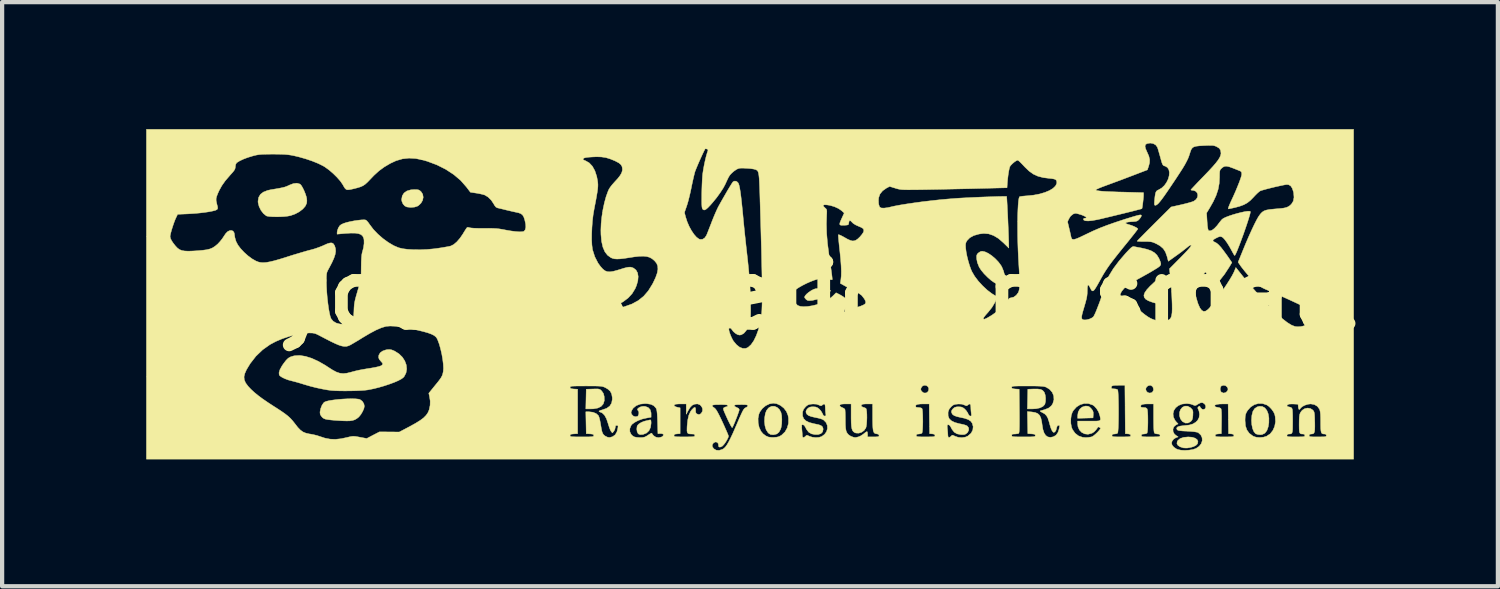
<source format=kicad_pcb>
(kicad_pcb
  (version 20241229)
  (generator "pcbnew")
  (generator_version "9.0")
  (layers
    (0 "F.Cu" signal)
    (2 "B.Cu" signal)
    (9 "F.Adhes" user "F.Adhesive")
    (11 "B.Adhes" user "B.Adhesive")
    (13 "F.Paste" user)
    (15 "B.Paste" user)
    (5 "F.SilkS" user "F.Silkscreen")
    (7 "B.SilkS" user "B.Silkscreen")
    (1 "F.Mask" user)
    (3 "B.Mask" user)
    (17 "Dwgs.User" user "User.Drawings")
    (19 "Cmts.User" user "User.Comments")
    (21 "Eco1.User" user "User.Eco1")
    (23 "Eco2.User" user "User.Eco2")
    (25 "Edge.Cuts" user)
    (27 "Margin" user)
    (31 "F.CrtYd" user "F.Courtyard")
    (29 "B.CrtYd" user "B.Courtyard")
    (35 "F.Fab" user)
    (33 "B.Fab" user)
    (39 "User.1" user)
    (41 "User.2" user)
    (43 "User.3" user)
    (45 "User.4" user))
  (footprint "raryosu_is_religion_small"
    (layer "F.Cu")
    (at 14.667 3.9)
    (property "Reference" "raryosu_is_religion_small" (at 0 0 0) (layer "F.SilkS") (effects (font (size 1.524 1.524) (thickness 0.3))))
    (attr through_hole)
    (fp_poly (pts (xy 7.984 2.646) (xy 8.021 2.664) (xy 8.059 2.702) (xy 8.093 2.746) (xy 8.107 2.786) (xy 8.108 2.84) (xy 8.108 2.842) (xy 8.103 2.921) (xy 7.921 2.926) (xy 7.739 2.931) (xy 7.739 2.87) (xy 7.752 2.784) (xy 7.789 2.715) (xy 7.846 2.666) (xy 7.917 2.643) (xy 7.936 2.642) (xy 7.984 2.646)) (stroke (width 0.01) (type solid)) (fill yes) (layer "F.SilkS"))
    (fp_poly (pts (xy -3.589 2.238) (xy -3.557 2.245) (xy -3.533 2.257) (xy -3.51 2.279) (xy -3.506 2.283) (xy -3.464 2.343) (xy -3.445 2.414) (xy -3.442 2.513) (xy -3.467 2.592) (xy -3.519 2.651) (xy -3.598 2.689) (xy -3.704 2.708) (xy -3.755 2.709) (xy -3.879 2.709) (xy -3.874 2.477) (xy -3.869 2.244) (xy -3.712 2.239) (xy -3.638 2.237) (xy -3.589 2.238)) (stroke (width 0.01) (type solid)) (fill yes) (layer "F.SilkS"))
    (fp_poly (pts (xy 6.859 2.247) (xy 6.906 2.267) (xy 6.939 2.3) (xy 6.954 2.323) (xy 6.973 2.381) (xy 6.982 2.455) (xy 6.98 2.529) (xy 6.967 2.591) (xy 6.961 2.605) (xy 6.919 2.65) (xy 6.85 2.684) (xy 6.758 2.704) (xy 6.675 2.709) (xy 6.552 2.709) (xy 6.557 2.477) (xy 6.562 2.244) (xy 6.699 2.239) (xy 6.792 2.239) (xy 6.859 2.247)) (stroke (width 0.01) (type solid)) (fill yes) (layer "F.SilkS"))
    (fp_poly (pts (xy 10.443 3.378) (xy 10.514 3.4) (xy 10.561 3.434) (xy 10.581 3.478) (xy 10.571 3.529) (xy 10.568 3.535) (xy 10.534 3.57) (xy 10.475 3.6) (xy 10.402 3.621) (xy 10.324 3.633) (xy 10.251 3.631) (xy 10.236 3.629) (xy 10.158 3.604) (xy 10.106 3.568) (xy 10.084 3.525) (xy 10.093 3.476) (xy 10.106 3.455) (xy 10.161 3.409) (xy 10.243 3.381) (xy 10.351 3.371) (xy 10.443 3.378)) (stroke (width 0.01) (type solid)) (fill yes) (layer "F.SilkS"))
    (fp_poly (pts (xy -7.871 -2.471) (xy -7.83 -2.464) (xy -7.8 -2.448) (xy -7.771 -2.423) (xy -7.732 -2.362) (xy -7.72 -2.291) (xy -7.734 -2.219) (xy -7.773 -2.151) (xy -7.833 -2.094) (xy -7.857 -2.08) (xy -7.926 -2.058) (xy -8.014 -2.051) (xy -8.106 -2.061) (xy -8.156 -2.086) (xy -8.198 -2.134) (xy -8.224 -2.196) (xy -8.23 -2.238) (xy -8.215 -2.324) (xy -8.173 -2.391) (xy -8.105 -2.439) (xy -8.013 -2.466) (xy -7.934 -2.472) (xy -7.871 -2.471)) (stroke (width 0.01) (type solid)) (fill yes) (layer "F.SilkS"))
    (fp_poly (pts (xy 10.335 2.644) (xy 10.398 2.676) (xy 10.417 2.693) (xy 10.445 2.723) (xy 10.459 2.75) (xy 10.464 2.787) (xy 10.462 2.843) (xy 10.462 2.856) (xy 10.456 2.92) (xy 10.445 2.961) (xy 10.426 2.99) (xy 10.408 3.008) (xy 10.347 3.042) (xy 10.284 3.043) (xy 10.22 3.01) (xy 10.209 3) (xy 10.166 2.942) (xy 10.145 2.867) (xy 10.147 2.788) (xy 10.167 2.73) (xy 10.212 2.672) (xy 10.271 2.643) (xy 10.335 2.644)) (stroke (width 0.01) (type solid)) (fill yes) (layer "F.SilkS"))
    (fp_poly (pts (xy -2.34 2.986) (xy -2.337 3.026) (xy -2.337 3.048) (xy -2.35 3.145) (xy -2.387 3.224) (xy -2.446 3.28) (xy -2.524 3.311) (xy -2.543 3.314) (xy -2.596 3.316) (xy -2.63 3.304) (xy -2.646 3.29) (xy -2.667 3.246) (xy -2.675 3.187) (xy -2.669 3.127) (xy -2.658 3.098) (xy -2.626 3.065) (xy -2.572 3.031) (xy -2.506 3.003) (xy -2.455 2.99) (xy -2.406 2.979) (xy -2.368 2.97) (xy -2.366 2.969) (xy -2.349 2.969) (xy -2.34 2.986)) (stroke (width 0.01) (type solid)) (fill yes) (layer "F.SilkS"))
    (fp_poly (pts (xy 12.104 2.653) (xy 12.163 2.687) (xy 12.209 2.746) (xy 12.241 2.827) (xy 12.257 2.924) (xy 12.256 3.035) (xy 12.241 3.131) (xy 12.21 3.22) (xy 12.162 3.282) (xy 12.098 3.314) (xy 12.054 3.319) (xy 11.998 3.313) (xy 11.952 3.299) (xy 11.943 3.294) (xy 11.903 3.247) (xy 11.872 3.175) (xy 11.853 3.083) (xy 11.846 2.98) (xy 11.855 2.859) (xy 11.879 2.767) (xy 11.92 2.702) (xy 11.979 2.662) (xy 12.035 2.647) (xy 12.104 2.653)) (stroke (width 0.01) (type solid)) (fill yes) (layer "F.SilkS"))
    (fp_poly (pts (xy 0.578 2.647) (xy 0.641 2.674) (xy 0.694 2.723) (xy 0.731 2.792) (xy 0.747 2.866) (xy 0.752 2.958) (xy 0.749 3.055) (xy 0.736 3.142) (xy 0.723 3.186) (xy 0.684 3.258) (xy 0.632 3.301) (xy 0.561 3.318) (xy 0.541 3.319) (xy 0.486 3.313) (xy 0.444 3.288) (xy 0.423 3.267) (xy 0.38 3.2) (xy 0.353 3.11) (xy 0.342 3.003) (xy 0.346 2.915) (xy 0.362 2.819) (xy 0.389 2.748) (xy 0.432 2.693) (xy 0.453 2.675) (xy 0.513 2.647) (xy 0.578 2.647)) (stroke (width 0.01) (type solid)) (fill yes) (layer "F.SilkS"))
    (fp_poly (pts (xy 1.656 -0.132) (xy 1.674 -0.131) (xy 1.745 -0.124) (xy 1.808 -0.114) (xy 1.852 -0.103) (xy 1.854 -0.103) (xy 1.905 -0.082) (xy 1.828 -0.01) (xy 1.731 0.061) (xy 1.612 0.113) (xy 1.48 0.144) (xy 1.457 0.147) (xy 1.398 0.151) (xy 1.362 0.147) (xy 1.336 0.132) (xy 1.323 0.121) (xy 1.297 0.09) (xy 1.287 0.069) (xy 1.301 0.038) (xy 1.336 -0.003) (xy 1.387 -0.046) (xy 1.446 -0.086) (xy 1.457 -0.092) (xy 1.506 -0.116) (xy 1.547 -0.13) (xy 1.593 -0.134) (xy 1.656 -0.132)) (stroke (width 0.01) (type solid)) (fill yes) (layer "F.SilkS"))
    (fp_poly (pts (xy 5.55 -1.002) (xy 5.629 -0.965) (xy 5.713 -0.908) (xy 5.795 -0.838) (xy 5.87 -0.759) (xy 5.93 -0.677) (xy 5.952 -0.636) (xy 5.989 -0.546) (xy 6.013 -0.455) (xy 6.023 -0.371) (xy 6.018 -0.303) (xy 6.01 -0.279) (xy 5.974 -0.236) (xy 5.92 -0.222) (xy 5.849 -0.237) (xy 5.774 -0.273) (xy 5.695 -0.328) (xy 5.611 -0.402) (xy 5.528 -0.486) (xy 5.458 -0.571) (xy 5.413 -0.641) (xy 5.37 -0.749) (xy 5.355 -0.829) (xy 5.352 -0.887) (xy 5.356 -0.924) (xy 5.371 -0.952) (xy 5.39 -0.972) (xy 5.44 -1.006) (xy 5.482 -1.016) (xy 5.55 -1.002)) (stroke (width 0.01) (type solid)) (fill yes) (layer "F.SilkS"))
    (fp_poly (pts (xy 9.758 -0.432) (xy 9.759 -0.43) (xy 9.763 -0.405) (xy 9.767 -0.353) (xy 9.768 -0.279) (xy 9.769 -0.19) (xy 9.768 -0.124) (xy 9.765 -0.021) (xy 9.763 0.054) (xy 9.759 0.106) (xy 9.754 0.14) (xy 9.746 0.162) (xy 9.734 0.177) (xy 9.722 0.188) (xy 9.681 0.211) (xy 9.631 0.217) (xy 9.565 0.207) (xy 9.5 0.188) (xy 9.409 0.154) (xy 9.347 0.117) (xy 9.312 0.073) (xy 9.304 0.023) (xy 9.325 -0.037) (xy 9.374 -0.108) (xy 9.452 -0.192) (xy 9.559 -0.292) (xy 9.563 -0.296) (xy 9.637 -0.36) (xy 9.689 -0.403) (xy 9.725 -0.428) (xy 9.746 -0.437) (xy 9.758 -0.432)) (stroke (width 0.01) (type solid)) (fill yes) (layer "F.SilkS"))
    (fp_poly (pts (xy -9.321 2.471) (xy -9.251 2.478) (xy -9.215 2.487) (xy -9.159 2.528) (xy -9.122 2.587) (xy -9.11 2.645) (xy -9.121 2.7) (xy -9.15 2.767) (xy -9.19 2.836) (xy -9.236 2.893) (xy -9.251 2.908) (xy -9.293 2.94) (xy -9.337 2.965) (xy -9.387 2.981) (xy -9.45 2.991) (xy -9.529 2.993) (xy -9.632 2.99) (xy -9.761 2.982) (xy -9.791 2.98) (xy -9.895 2.971) (xy -9.971 2.962) (xy -10.025 2.952) (xy -10.063 2.938) (xy -10.092 2.919) (xy -10.117 2.894) (xy -10.118 2.892) (xy -10.149 2.847) (xy -10.158 2.803) (xy -10.156 2.769) (xy -10.139 2.694) (xy -10.111 2.623) (xy -10.074 2.568) (xy -10.052 2.548) (xy -10.007 2.53) (xy -9.936 2.513) (xy -9.844 2.499) (xy -9.739 2.486) (xy -9.627 2.477) (xy -9.516 2.471) (xy -9.411 2.469) (xy -9.321 2.471)) (stroke (width 0.01) (type solid)) (fill yes) (layer "F.SilkS"))
    (fp_poly (pts (xy -10.634 -2.603) (xy -10.626 -2.598) (xy -10.599 -2.568) (xy -10.567 -2.514) (xy -10.534 -2.446) (xy -10.504 -2.372) (xy -10.481 -2.301) (xy -10.473 -2.266) (xy -10.468 -2.208) (xy -10.473 -2.152) (xy -10.473 -2.151) (xy -10.504 -2.082) (xy -10.563 -2.014) (xy -10.644 -1.951) (xy -10.743 -1.897) (xy -10.852 -1.858) (xy -10.863 -1.855) (xy -10.925 -1.844) (xy -11.005 -1.835) (xy -11.096 -1.83) (xy -11.189 -1.829) (xy -11.278 -1.831) (xy -11.353 -1.836) (xy -11.407 -1.845) (xy -11.426 -1.851) (xy -11.494 -1.906) (xy -11.553 -1.983) (xy -11.597 -2.073) (xy -11.62 -2.164) (xy -11.622 -2.198) (xy -11.607 -2.287) (xy -11.565 -2.359) (xy -11.495 -2.413) (xy -11.396 -2.452) (xy -11.313 -2.47) (xy -11.197 -2.489) (xy -11.108 -2.505) (xy -11.04 -2.519) (xy -10.986 -2.533) (xy -10.942 -2.549) (xy -10.899 -2.568) (xy -10.887 -2.575) (xy -10.788 -2.613) (xy -10.703 -2.623) (xy -10.634 -2.603)) (stroke (width 0.01) (type solid)) (fill yes) (layer "F.SilkS"))
    (fp_poly (pts (xy -8.463 1.315) (xy -8.404 1.339) (xy -8.392 1.345) (xy -8.293 1.408) (xy -8.213 1.486) (xy -8.155 1.576) (xy -8.12 1.671) (xy -8.11 1.767) (xy -8.126 1.859) (xy -8.169 1.943) (xy -8.191 1.968) (xy -8.237 2.002) (xy -8.31 2.041) (xy -8.405 2.082) (xy -8.516 2.123) (xy -8.639 2.164) (xy -8.767 2.201) (xy -8.894 2.233) (xy -9.016 2.257) (xy -9.024 2.259) (xy -9.097 2.268) (xy -9.195 2.275) (xy -9.311 2.28) (xy -9.438 2.283) (xy -9.567 2.284) (xy -9.691 2.283) (xy -9.802 2.279) (xy -9.881 2.274) (xy -9.983 2.261) (xy -10.107 2.238) (xy -10.244 2.209) (xy -10.383 2.174) (xy -10.514 2.136) (xy -10.524 2.133) (xy -10.614 2.105) (xy -10.7 2.08) (xy -10.774 2.06) (xy -10.825 2.047) (xy -10.829 2.046) (xy -10.908 2.025) (xy -10.985 1.996) (xy -11.052 1.964) (xy -11.1 1.932) (xy -11.121 1.908) (xy -11.126 1.855) (xy -11.105 1.783) (xy -11.056 1.693) (xy -11.016 1.635) (xy -10.959 1.561) (xy -10.908 1.511) (xy -10.853 1.48) (xy -10.785 1.459) (xy -10.755 1.453) (xy -10.637 1.446) (xy -10.503 1.467) (xy -10.355 1.513) (xy -10.197 1.585) (xy -10.031 1.68) (xy -9.965 1.724) (xy -9.858 1.792) (xy -9.769 1.839) (xy -9.688 1.866) (xy -9.609 1.874) (xy -9.522 1.865) (xy -9.42 1.84) (xy -9.381 1.829) (xy -9.32 1.813) (xy -9.237 1.794) (xy -9.142 1.776) (xy -9.053 1.761) (xy -8.933 1.742) (xy -8.842 1.725) (xy -8.776 1.71) (xy -8.731 1.696) (xy -8.701 1.681) (xy -8.686 1.667) (xy -8.676 1.647) (xy -8.685 1.623) (xy -8.717 1.587) (xy -8.757 1.539) (xy -8.773 1.5) (xy -8.771 1.455) (xy -8.766 1.436) (xy -8.736 1.384) (xy -8.679 1.342) (xy -8.603 1.315) (xy -8.569 1.309) (xy -8.512 1.306) (xy -8.463 1.315)) (stroke (width 0.01) (type solid)) (fill yes) (layer "F.SilkS"))
    (fp_poly (pts (xy 14.258 3.895) (xy -14.258 3.895) (xy -14.258 1.952) (xy -11.953 1.952) (xy -11.946 2.024) (xy -11.914 2.097) (xy -11.856 2.175) (xy -11.788 2.247) (xy -11.711 2.318) (xy -11.622 2.391) (xy -11.516 2.47) (xy -11.388 2.558) (xy -11.236 2.657) (xy -11.205 2.676) (xy -11.087 2.753) (xy -10.993 2.818) (xy -10.918 2.876) (xy -10.856 2.933) (xy -10.802 2.993) (xy -10.752 3.056) (xy -10.683 3.145) (xy -10.621 3.209) (xy -10.56 3.253) (xy -10.493 3.281) (xy -10.411 3.3) (xy -10.382 3.304) (xy -10.305 3.319) (xy -10.224 3.339) (xy -10.177 3.355) (xy -10.042 3.399) (xy -9.918 3.423) (xy -9.795 3.428) (xy -9.663 3.414) (xy -9.518 3.383) (xy -9.452 3.367) (xy -9.402 3.358) (xy -9.358 3.356) (xy -9.308 3.361) (xy -9.24 3.373) (xy -9.215 3.378) (xy -9.054 3.408) (xy -8.904 3.329) (xy -8.753 3.251) (xy -8.519 3.253) (xy -8.285 3.255) (xy -8.033 3.122) (xy -7.898 3.047) (xy -7.792 2.981) (xy -7.71 2.92) (xy -7.651 2.86) (xy -7.609 2.799) (xy -7.581 2.734) (xy -7.579 2.727) (xy -7.557 2.622) (xy -7.555 2.52) (xy -7.57 2.423) (xy -7.588 2.339) (xy -7.476 2.2) (xy -4.25 2.2) (xy -4.245 2.22) (xy -4.224 2.231) (xy -4.18 2.237) (xy -4.161 2.239) (xy -4.072 2.244) (xy -4.072 3.294) (xy -4.161 3.299) (xy -4.214 3.304) (xy -4.241 3.313) (xy -4.25 3.33) (xy -4.25 3.337) (xy -4.249 3.349) (xy -4.24 3.358) (xy -4.22 3.364) (xy -4.184 3.367) (xy -4.127 3.369) (xy -4.044 3.37) (xy -3.971 3.37) (xy -3.868 3.37) (xy -3.794 3.369) (xy -3.744 3.366) (xy -3.713 3.362) (xy -3.698 3.355) (xy -3.692 3.345) (xy -3.691 3.337) (xy -3.697 3.317) (xy -3.717 3.306) (xy -3.762 3.3) (xy -3.78 3.299) (xy -3.869 3.294) (xy -3.874 3.035) (xy -3.879 2.777) (xy -3.801 2.777) (xy -3.711 2.788) (xy -3.636 2.818) (xy -3.584 2.864) (xy -3.581 2.868) (xy -3.566 2.904) (xy -3.55 2.963) (xy -3.535 3.036) (xy -3.529 3.073) (xy -3.513 3.168) (xy -3.499 3.237) (xy -3.482 3.284) (xy -3.462 3.317) (xy -3.434 3.341) (xy -3.417 3.353) (xy -3.362 3.379) (xy -3.314 3.384) (xy -3.256 3.368) (xy -3.243 3.363) (xy -3.184 3.32) (xy -3.144 3.25) (xy -3.125 3.177) (xy -2.84 3.177) (xy -2.838 3.249) (xy -2.809 3.31) (xy -2.772 3.347) (xy -2.73 3.371) (xy -2.672 3.382) (xy -2.597 3.386) (xy -2.533 3.384) (xy -2.486 3.373) (xy -2.439 3.349) (xy -2.406 3.327) (xy -2.362 3.299) (xy -2.331 3.283) (xy -2.32 3.282) (xy -2.309 3.303) (xy -2.283 3.336) (xy -2.278 3.342) (xy -2.225 3.376) (xy -2.16 3.388) (xy -2.095 3.374) (xy -2.07 3.361) (xy -2.048 3.337) (xy -1.795 3.337) (xy -1.793 3.35) (xy -1.784 3.359) (xy -1.762 3.364) (xy -1.723 3.368) (xy -1.662 3.369) (xy -1.573 3.37) (xy -1.549 3.37) (xy -1.454 3.369) (xy -1.387 3.368) (xy -1.343 3.365) (xy -1.319 3.36) (xy -1.307 3.352) (xy -1.304 3.34) (xy -1.304 3.336) (xy -1.309 3.314) (xy -1.331 3.304) (xy -1.376 3.302) (xy -1.428 3.3) (xy -1.462 3.291) (xy -1.481 3.268) (xy -1.489 3.227) (xy -1.488 3.161) (xy -1.486 3.113) (xy -1.471 2.971) (xy -1.445 2.857) (xy -1.404 2.769) (xy -1.376 2.731) (xy -1.332 2.686) (xy -1.303 2.672) (xy -1.288 2.687) (xy -1.285 2.733) (xy -1.285 2.738) (xy -1.284 2.787) (xy -1.271 2.815) (xy -1.255 2.827) (xy -1.212 2.843) (xy -1.179 2.834) (xy -1.151 2.811) (xy -1.123 2.762) (xy -1.121 2.707) (xy -1.142 2.654) (xy -1.154 2.641) (xy -0.895 2.641) (xy -0.871 2.665) (xy -0.844 2.684) (xy -0.822 2.703) (xy -0.798 2.734) (xy -0.769 2.782) (xy -0.733 2.85) (xy -0.688 2.942) (xy -0.65 3.023) (xy -0.607 3.117) (xy -0.569 3.203) (xy -0.538 3.274) (xy -0.517 3.325) (xy -0.508 3.351) (xy -0.508 3.353) (xy -0.518 3.388) (xy -0.543 3.438) (xy -0.577 3.495) (xy -0.614 3.546) (xy -0.648 3.583) (xy -0.652 3.587) (xy -0.692 3.608) (xy -0.725 3.611) (xy -0.743 3.595) (xy -0.743 3.584) (xy -0.749 3.531) (xy -0.775 3.498) (xy -0.814 3.489) (xy -0.859 3.51) (xy -0.864 3.514) (xy -0.893 3.558) (xy -0.889 3.604) (xy -0.856 3.65) (xy -0.799 3.684) (xy -0.729 3.689) (xy -0.651 3.664) (xy -0.617 3.643) (xy -0.582 3.609) (xy -0.546 3.56) (xy -0.523 3.521) (xy 9.957 3.521) (xy 9.972 3.566) (xy 10.011 3.613) (xy 10.068 3.652) (xy 10.101 3.667) (xy 10.177 3.684) (xy 10.271 3.689) (xy 10.371 3.683) (xy 10.465 3.667) (xy 10.536 3.643) (xy 10.61 3.593) (xy 10.658 3.531) (xy 10.682 3.461) (xy 10.679 3.391) (xy 10.65 3.327) (xy 10.593 3.274) (xy 10.578 3.265) (xy 10.547 3.257) (xy 10.491 3.248) (xy 10.416 3.241) (xy 10.331 3.236) (xy 10.323 3.235) (xy 10.23 3.231) (xy 10.166 3.225) (xy 10.124 3.219) (xy 10.099 3.209) (xy 10.086 3.197) (xy 10.086 3.196) (xy 10.077 3.162) (xy 10.099 3.135) (xy 10.153 3.116) (xy 10.24 3.104) (xy 10.265 3.102) (xy 10.375 3.09) (xy 10.46 3.065) (xy 10.527 3.025) (xy 10.573 2.98) (xy 10.607 2.915) (xy 10.618 2.837) (xy 10.605 2.758) (xy 10.592 2.727) (xy 10.577 2.692) (xy 10.58 2.671) (xy 10.593 2.658) (xy 10.615 2.643) (xy 10.622 2.643) (xy 10.632 2.662) (xy 10.644 2.684) (xy 10.678 2.717) (xy 10.719 2.722) (xy 10.745 2.709) (xy 10.767 2.671) (xy 10.763 2.64) (xy 10.976 2.64) (xy 10.997 2.662) (xy 11.044 2.672) (xy 11.09 2.681) (xy 11.122 2.697) (xy 11.124 2.7) (xy 11.132 2.728) (xy 11.137 2.789) (xy 11.139 2.884) (xy 11.138 3.008) (xy 11.134 3.294) (xy 11.062 3.299) (xy 11.015 3.305) (xy 10.994 3.318) (xy 10.99 3.337) (xy 10.992 3.35) (xy 11.002 3.359) (xy 11.025 3.365) (xy 11.066 3.368) (xy 11.131 3.37) (xy 11.21 3.37) (xy 11.3 3.369) (xy 11.361 3.368) (xy 11.4 3.365) (xy 11.42 3.358) (xy 11.429 3.349) (xy 11.43 3.337) (xy 11.422 3.314) (xy 11.393 3.302) (xy 11.367 3.299) (xy 11.303 3.294) (xy 11.299 2.989) (xy 11.694 2.989) (xy 11.704 3.11) (xy 11.737 3.207) (xy 11.793 3.285) (xy 11.876 3.348) (xy 11.896 3.359) (xy 11.961 3.379) (xy 12.043 3.385) (xy 12.128 3.377) (xy 12.201 3.355) (xy 12.202 3.355) (xy 12.23 3.336) (xy 12.683 3.336) (xy 12.685 3.35) (xy 12.694 3.359) (xy 12.717 3.365) (xy 12.758 3.368) (xy 12.823 3.37) (xy 12.895 3.37) (xy 12.983 3.369) (xy 13.042 3.368) (xy 13.079 3.364) (xy 13.098 3.358) (xy 13.105 3.347) (xy 13.106 3.336) (xy 13.096 3.309) (xy 13.065 3.302) (xy 13.028 3.301) (xy 13.001 3.293) (xy 12.985 3.275) (xy 12.976 3.24) (xy 12.972 3.182) (xy 12.971 3.098) (xy 12.971 3.073) (xy 12.972 2.971) (xy 12.976 2.896) (xy 12.984 2.842) (xy 12.999 2.802) (xy 13.021 2.768) (xy 13.047 2.739) (xy 13.105 2.702) (xy 13.173 2.689) (xy 13.24 2.701) (xy 13.294 2.736) (xy 13.31 2.755) (xy 13.322 2.777) (xy 13.33 2.807) (xy 13.335 2.851) (xy 13.338 2.917) (xy 13.34 3.009) (xy 13.341 3.016) (xy 13.342 3.121) (xy 13.34 3.197) (xy 13.334 3.248) (xy 13.321 3.28) (xy 13.301 3.296) (xy 13.272 3.302) (xy 13.257 3.302) (xy 13.22 3.308) (xy 13.208 3.329) (xy 13.208 3.336) (xy 13.21 3.35) (xy 13.22 3.36) (xy 13.243 3.366) (xy 13.285 3.369) (xy 13.351 3.37) (xy 13.411 3.37) (xy 13.497 3.369) (xy 13.555 3.368) (xy 13.589 3.364) (xy 13.607 3.357) (xy 13.614 3.346) (xy 13.614 3.336) (xy 13.606 3.31) (xy 13.574 3.302) (xy 13.567 3.302) (xy 13.535 3.3) (xy 13.511 3.29) (xy 13.496 3.268) (xy 13.486 3.228) (xy 13.481 3.167) (xy 13.479 3.08) (xy 13.479 3.018) (xy 13.478 2.913) (xy 13.475 2.835) (xy 13.469 2.78) (xy 13.46 2.739) (xy 13.451 2.714) (xy 13.402 2.648) (xy 13.331 2.606) (xy 13.244 2.591) (xy 13.243 2.591) (xy 13.178 2.599) (xy 13.109 2.621) (xy 13.05 2.651) (xy 13.01 2.685) (xy 13.004 2.694) (xy 12.982 2.723) (xy 12.964 2.718) (xy 12.953 2.682) (xy 12.951 2.663) (xy 12.946 2.599) (xy 12.853 2.594) (xy 12.793 2.593) (xy 12.742 2.595) (xy 12.722 2.599) (xy 12.691 2.616) (xy 12.684 2.639) (xy 12.703 2.656) (xy 12.721 2.659) (xy 12.766 2.67) (xy 12.789 2.682) (xy 12.8 2.694) (xy 12.808 2.713) (xy 12.813 2.745) (xy 12.816 2.794) (xy 12.818 2.867) (xy 12.819 2.966) (xy 12.819 2.993) (xy 12.818 3.102) (xy 12.817 3.182) (xy 12.813 3.237) (xy 12.804 3.272) (xy 12.791 3.291) (xy 12.77 3.3) (xy 12.741 3.302) (xy 12.724 3.302) (xy 12.692 3.311) (xy 12.683 3.336) (xy 12.23 3.336) (xy 12.286 3.299) (xy 12.35 3.219) (xy 12.393 3.122) (xy 12.413 3.012) (xy 12.406 2.895) (xy 12.394 2.839) (xy 12.366 2.778) (xy 12.318 2.712) (xy 12.261 2.653) (xy 12.208 2.616) (xy 12.11 2.583) (xy 12.01 2.581) (xy 11.914 2.608) (xy 11.827 2.663) (xy 11.755 2.743) (xy 11.73 2.784) (xy 11.709 2.831) (xy 11.698 2.883) (xy 11.694 2.952) (xy 11.694 2.989) (xy 11.299 2.989) (xy 11.298 2.942) (xy 11.294 2.591) (xy 11.186 2.591) (xy 11.087 2.594) (xy 11.021 2.603) (xy 10.984 2.619) (xy 10.976 2.64) (xy 10.763 2.64) (xy 10.761 2.626) (xy 10.736 2.591) (xy 10.695 2.563) (xy 10.65 2.562) (xy 10.594 2.588) (xy 10.578 2.598) (xy 10.538 2.623) (xy 10.511 2.63) (xy 10.481 2.621) (xy 10.461 2.611) (xy 10.404 2.593) (xy 10.329 2.583) (xy 10.304 2.583) (xy 10.203 2.595) (xy 10.119 2.63) (xy 10.054 2.682) (xy 10.011 2.748) (xy 9.993 2.823) (xy 10.001 2.901) (xy 10.039 2.979) (xy 10.07 3.017) (xy 10.113 3.062) (xy 10.06 3.089) (xy 10.013 3.13) (xy 9.991 3.185) (xy 9.994 3.245) (xy 10.022 3.3) (xy 10.057 3.331) (xy 10.114 3.37) (xy 10.062 3.388) (xy 10.008 3.421) (xy 9.97 3.47) (xy 9.957 3.521) (xy -0.523 3.521) (xy -0.506 3.492) (xy -0.46 3.402) (xy -0.406 3.288) (xy -0.344 3.145) (xy -0.331 3.116) (xy -0.277 2.99) (xy -0.253 2.935) (xy 0.19 2.935) (xy 0.193 3.044) (xy 0.216 3.148) (xy 0.259 3.238) (xy 0.307 3.296) (xy 0.373 3.346) (xy 0.438 3.374) (xy 0.517 3.383) (xy 0.562 3.382) (xy 0.633 3.376) (xy 0.684 3.363) (xy 0.731 3.338) (xy 0.749 3.326) (xy 0.827 3.251) (xy 0.88 3.157) (xy 0.888 3.127) (xy 1.22 3.127) (xy 1.224 3.182) (xy 1.225 3.196) (xy 1.231 3.261) (xy 1.235 3.316) (xy 1.236 3.349) (xy 1.246 3.38) (xy 1.271 3.384) (xy 1.305 3.361) (xy 1.31 3.355) (xy 1.33 3.336) (xy 1.35 3.332) (xy 1.381 3.345) (xy 1.401 3.355) (xy 1.47 3.377) (xy 1.551 3.386) (xy 1.63 3.381) (xy 1.692 3.362) (xy 1.762 3.31) (xy 1.808 3.245) (xy 1.829 3.172) (xy 1.825 3.098) (xy 1.796 3.03) (xy 1.742 2.974) (xy 1.713 2.957) (xy 1.673 2.942) (xy 1.613 2.926) (xy 1.549 2.913) (xy 1.453 2.891) (xy 1.385 2.867) (xy 1.344 2.836) (xy 1.324 2.798) (xy 1.321 2.766) (xy 1.332 2.738) (xy 1.359 2.703) (xy 1.362 2.7) (xy 1.398 2.673) (xy 1.442 2.661) (xy 1.489 2.659) (xy 1.548 2.663) (xy 1.592 2.68) (xy 1.632 2.71) (xy 1.674 2.756) (xy 1.705 2.807) (xy 1.711 2.82) (xy 1.733 2.864) (xy 1.762 2.879) (xy 1.764 2.879) (xy 1.788 2.874) (xy 1.793 2.853) (xy 1.789 2.826) (xy 1.782 2.777) (xy 1.779 2.714) (xy 1.778 2.682) (xy 1.774 2.622) (xy 1.773 2.621) (xy 2.119 2.621) (xy 2.124 2.645) (xy 2.157 2.668) (xy 2.174 2.675) (xy 2.216 2.695) (xy 2.241 2.717) (xy 2.242 2.72) (xy 2.246 2.746) (xy 2.249 2.799) (xy 2.251 2.871) (xy 2.252 2.955) (xy 2.252 2.974) (xy 2.253 3.081) (xy 2.258 3.161) (xy 2.268 3.22) (xy 2.284 3.264) (xy 2.308 3.299) (xy 2.333 3.324) (xy 2.38 3.354) (xy 2.44 3.377) (xy 2.481 3.385) (xy 2.507 3.382) (xy 2.55 3.372) (xy 2.562 3.369) (xy 2.615 3.346) (xy 2.671 3.309) (xy 2.691 3.293) (xy 2.729 3.262) (xy 2.757 3.246) (xy 2.766 3.246) (xy 2.774 3.269) (xy 2.777 3.31) (xy 2.777 3.313) (xy 2.777 3.37) (xy 2.913 3.37) (xy 2.98 3.369) (xy 3.021 3.366) (xy 3.041 3.358) (xy 3.048 3.345) (xy 3.048 3.337) (xy 3.038 3.312) (xy 3.005 3.3) (xy 2.993 3.299) (xy 2.962 3.293) (xy 2.938 3.28) (xy 2.921 3.255) (xy 2.909 3.214) (xy 2.902 3.154) (xy 2.898 3.07) (xy 2.896 2.957) (xy 2.896 2.9) (xy 2.896 2.644) (xy 3.912 2.644) (xy 3.918 2.665) (xy 3.945 2.674) (xy 3.976 2.675) (xy 4.023 2.681) (xy 4.057 2.693) (xy 4.061 2.696) (xy 4.069 2.721) (xy 4.075 2.772) (xy 4.079 2.843) (xy 4.081 2.926) (xy 4.082 3.014) (xy 4.08 3.1) (xy 4.077 3.177) (xy 4.072 3.238) (xy 4.064 3.275) (xy 4.061 3.282) (xy 4.03 3.296) (xy 3.986 3.302) (xy 3.984 3.302) (xy 3.945 3.306) (xy 3.93 3.323) (xy 3.929 3.336) (xy 3.93 3.35) (xy 3.94 3.359) (xy 3.962 3.365) (xy 4.002 3.368) (xy 4.065 3.37) (xy 4.149 3.37) (xy 4.239 3.369) (xy 4.3 3.368) (xy 4.338 3.365) (xy 4.359 3.358) (xy 4.367 3.349) (xy 4.369 3.337) (xy 4.361 3.314) (xy 4.332 3.302) (xy 4.305 3.299) (xy 4.242 3.294) (xy 4.24 3.13) (xy 4.658 3.13) (xy 4.663 3.186) (xy 4.669 3.251) (xy 4.673 3.309) (xy 4.674 3.338) (xy 4.682 3.376) (xy 4.705 3.385) (xy 4.739 3.364) (xy 4.749 3.354) (xy 4.769 3.334) (xy 4.788 3.33) (xy 4.818 3.342) (xy 4.84 3.354) (xy 4.917 3.38) (xy 5.003 3.388) (xy 5.086 3.376) (xy 5.148 3.349) (xy 5.222 3.283) (xy 5.262 3.209) (xy 5.271 3.128) (xy 5.25 3.05) (xy 5.216 3.001) (xy 5.158 2.962) (xy 5.072 2.931) (xy 4.987 2.913) (xy 4.89 2.891) (xy 4.823 2.867) (xy 4.781 2.836) (xy 4.762 2.798) (xy 4.758 2.766) (xy 4.769 2.738) (xy 4.797 2.703) (xy 4.8 2.7) (xy 4.835 2.673) (xy 4.88 2.661) (xy 4.926 2.659) (xy 4.986 2.663) (xy 5.03 2.68) (xy 5.07 2.71) (xy 5.112 2.756) (xy 5.145 2.807) (xy 5.15 2.821) (xy 5.176 2.866) (xy 5.204 2.879) (xy 5.225 2.874) (xy 5.231 2.855) (xy 5.226 2.815) (xy 5.22 2.757) (xy 5.216 2.689) (xy 5.216 2.671) (xy 5.211 2.616) (xy 5.196 2.593) (xy 5.17 2.599) (xy 5.146 2.617) (xy 5.123 2.634) (xy 5.1 2.633) (xy 5.062 2.616) (xy 5.007 2.597) (xy 4.935 2.593) (xy 4.907 2.594) (xy 4.846 2.601) (xy 4.803 2.616) (xy 4.766 2.644) (xy 4.747 2.662) (xy 4.704 2.715) (xy 4.682 2.771) (xy 4.678 2.798) (xy 4.68 2.876) (xy 4.705 2.94) (xy 4.757 2.99) (xy 4.836 3.029) (xy 4.946 3.059) (xy 4.983 3.066) (xy 5.047 3.08) (xy 5.102 3.098) (xy 5.133 3.114) (xy 5.164 3.158) (xy 5.166 3.21) (xy 5.141 3.262) (xy 5.121 3.282) (xy 5.089 3.305) (xy 5.055 3.316) (xy 5.006 3.317) (xy 4.975 3.315) (xy 4.889 3.298) (xy 4.823 3.258) (xy 4.771 3.191) (xy 4.749 3.148) (xy 4.719 3.099) (xy 4.687 3.082) (xy 4.686 3.082) (xy 4.667 3.085) (xy 4.659 3.098) (xy 4.658 3.13) (xy 4.24 3.13) (xy 4.237 2.942) (xy 4.233 2.591) (xy 4.11 2.591) (xy 4.022 2.593) (xy 3.963 2.6) (xy 3.928 2.613) (xy 3.913 2.632) (xy 3.912 2.644) (xy 2.896 2.644) (xy 2.896 2.591) (xy 2.787 2.591) (xy 2.726 2.592) (xy 2.676 2.596) (xy 2.651 2.601) (xy 2.627 2.621) (xy 2.631 2.646) (xy 2.661 2.666) (xy 2.671 2.669) (xy 2.713 2.683) (xy 2.739 2.697) (xy 2.749 2.722) (xy 2.756 2.773) (xy 2.76 2.841) (xy 2.761 2.919) (xy 2.758 2.998) (xy 2.753 3.071) (xy 2.744 3.129) (xy 2.736 3.158) (xy 2.695 3.218) (xy 2.637 3.26) (xy 2.569 3.282) (xy 2.501 3.279) (xy 2.471 3.268) (xy 2.442 3.247) (xy 2.421 3.219) (xy 2.406 3.177) (xy 2.396 3.118) (xy 2.39 3.037) (xy 2.388 2.928) (xy 2.388 2.871) (xy 2.388 2.591) (xy 2.279 2.591) (xy 2.218 2.592) (xy 2.168 2.596) (xy 2.143 2.601) (xy 2.119 2.621) (xy 1.773 2.621) (xy 1.762 2.594) (xy 1.738 2.596) (xy 1.709 2.617) (xy 1.686 2.634) (xy 1.662 2.633) (xy 1.624 2.616) (xy 1.569 2.597) (xy 1.498 2.593) (xy 1.47 2.594) (xy 1.408 2.601) (xy 1.366 2.616) (xy 1.328 2.644) (xy 1.31 2.662) (xy 1.266 2.715) (xy 1.245 2.771) (xy 1.241 2.798) (xy 1.242 2.876) (xy 1.268 2.94) (xy 1.32 2.991) (xy 1.4 3.03) (xy 1.511 3.059) (xy 1.541 3.065) (xy 1.626 3.083) (xy 1.682 3.106) (xy 1.714 3.135) (xy 1.726 3.175) (xy 1.727 3.191) (xy 1.714 3.252) (xy 1.673 3.294) (xy 1.607 3.314) (xy 1.537 3.315) (xy 1.451 3.298) (xy 1.385 3.258) (xy 1.333 3.19) (xy 1.312 3.148) (xy 1.282 3.099) (xy 1.25 3.082) (xy 1.248 3.082) (xy 1.23 3.084) (xy 1.221 3.097) (xy 1.22 3.127) (xy 0.888 3.127) (xy 0.909 3.047) (xy 0.909 2.928) (xy 0.897 2.861) (xy 0.86 2.77) (xy 0.799 2.69) (xy 0.72 2.627) (xy 0.631 2.586) (xy 0.55 2.574) (xy 0.459 2.59) (xy 0.37 2.633) (xy 0.292 2.698) (xy 0.233 2.779) (xy 0.21 2.831) (xy 0.19 2.935) (xy -0.253 2.935) (xy -0.235 2.893) (xy -0.201 2.819) (xy -0.175 2.765) (xy -0.154 2.728) (xy -0.136 2.704) (xy -0.119 2.688) (xy -0.101 2.679) (xy -0.092 2.675) (xy -0.061 2.654) (xy -0.051 2.634) (xy -0.056 2.621) (xy -0.077 2.614) (xy -0.117 2.609) (xy -0.184 2.608) (xy -0.212 2.608) (xy -0.289 2.609) (xy -0.338 2.612) (xy -0.364 2.619) (xy -0.372 2.63) (xy -0.373 2.632) (xy -0.358 2.652) (xy -0.322 2.672) (xy -0.313 2.675) (xy -0.269 2.698) (xy -0.254 2.727) (xy -0.254 2.729) (xy -0.26 2.755) (xy -0.277 2.805) (xy -0.3 2.87) (xy -0.328 2.942) (xy -0.357 3.015) (xy -0.384 3.079) (xy -0.406 3.127) (xy -0.42 3.152) (xy -0.42 3.153) (xy -0.431 3.143) (xy -0.453 3.106) (xy -0.483 3.049) (xy -0.519 2.976) (xy -0.539 2.933) (xy -0.579 2.844) (xy -0.607 2.78) (xy -0.624 2.737) (xy -0.63 2.71) (xy -0.628 2.693) (xy -0.618 2.682) (xy -0.616 2.68) (xy -0.577 2.662) (xy -0.556 2.659) (xy -0.53 2.647) (xy -0.525 2.633) (xy -0.53 2.622) (xy -0.55 2.614) (xy -0.589 2.61) (xy -0.653 2.608) (xy -0.711 2.608) (xy -0.803 2.609) (xy -0.863 2.615) (xy -0.893 2.625) (xy -0.895 2.641) (xy -1.154 2.641) (xy -1.181 2.613) (xy -1.235 2.592) (xy -1.252 2.591) (xy -1.314 2.598) (xy -1.366 2.623) (xy -1.413 2.671) (xy -1.459 2.745) (xy -1.476 2.777) (xy -1.506 2.836) (xy -1.506 2.714) (xy -1.507 2.591) (xy -1.624 2.591) (xy -1.687 2.592) (xy -1.739 2.596) (xy -1.768 2.601) (xy -1.793 2.619) (xy -1.788 2.64) (xy -1.754 2.659) (xy -1.723 2.668) (xy -1.651 2.684) (xy -1.651 3.294) (xy -1.723 3.299) (xy -1.77 3.305) (xy -1.791 3.318) (xy -1.795 3.337) (xy -2.048 3.337) (xy -2.043 3.331) (xy -2.047 3.308) (xy -2.079 3.294) (xy -2.113 3.292) (xy -2.176 3.294) (xy -2.184 3.013) (xy -2.188 2.904) (xy -2.193 2.823) (xy -2.199 2.766) (xy -2.206 2.726) (xy -2.217 2.698) (xy -2.223 2.688) (xy -2.273 2.633) (xy -2.343 2.6) (xy -2.436 2.585) (xy -2.481 2.583) (xy -2.596 2.596) (xy -2.689 2.632) (xy -2.759 2.69) (xy -2.786 2.731) (xy -2.806 2.773) (xy -2.81 2.802) (xy -2.798 2.833) (xy -2.793 2.841) (xy -2.757 2.878) (xy -2.71 2.894) (xy -2.663 2.887) (xy -2.649 2.878) (xy -2.632 2.848) (xy -2.625 2.806) (xy -2.63 2.768) (xy -2.642 2.752) (xy -2.66 2.728) (xy -2.651 2.702) (xy -2.621 2.678) (xy -2.578 2.658) (xy -2.526 2.648) (xy -2.476 2.65) (xy -2.405 2.677) (xy -2.359 2.727) (xy -2.338 2.799) (xy -2.337 2.824) (xy -2.337 2.906) (xy -2.447 2.925) (xy -2.547 2.948) (xy -2.642 2.983) (xy -2.724 3.026) (xy -2.785 3.071) (xy -2.81 3.102) (xy -2.84 3.177) (xy -3.125 3.177) (xy -3.123 3.168) (xy -3.117 3.124) (xy -3.122 3.104) (xy -3.142 3.099) (xy -3.147 3.099) (xy -3.174 3.106) (xy -3.183 3.135) (xy -3.183 3.148) (xy -3.195 3.197) (xy -3.217 3.237) (xy -3.251 3.277) (xy -3.282 3.24) (xy -3.3 3.208) (xy -3.322 3.152) (xy -3.344 3.084) (xy -3.352 3.057) (xy -3.391 2.941) (xy -3.438 2.856) (xy -3.493 2.803) (xy -3.531 2.787) (xy -3.565 2.774) (xy -3.567 2.76) (xy -3.535 2.744) (xy -3.488 2.731) (xy -3.386 2.695) (xy -3.314 2.643) (xy -3.27 2.573) (xy -3.253 2.483) (xy -3.254 2.439) (xy -3.269 2.354) (xy -3.303 2.29) (xy -3.361 2.239) (xy -3.37 2.234) (xy 4.033 2.234) (xy 4.039 2.271) (xy 4.064 2.303) (xy 4.107 2.333) (xy 4.155 2.332) (xy 4.174 2.326) (xy 4.201 2.303) (xy 4.218 2.273) (xy 4.223 2.223) (xy 4.211 2.2) (xy 6.181 2.2) (xy 6.186 2.22) (xy 6.207 2.231) (xy 6.251 2.237) (xy 6.27 2.239) (xy 6.358 2.244) (xy 6.363 2.759) (xy 6.364 2.912) (xy 6.364 3.035) (xy 6.363 3.129) (xy 6.361 3.199) (xy 6.358 3.246) (xy 6.353 3.275) (xy 6.347 3.287) (xy 6.346 3.288) (xy 6.316 3.296) (xy 6.269 3.301) (xy 6.253 3.302) (xy 6.207 3.304) (xy 6.186 3.315) (xy 6.181 3.336) (xy 6.182 3.348) (xy 6.19 3.357) (xy 6.209 3.363) (xy 6.244 3.367) (xy 6.299 3.369) (xy 6.38 3.37) (xy 6.46 3.37) (xy 6.563 3.37) (xy 6.637 3.369) (xy 6.687 3.366) (xy 6.717 3.362) (xy 6.733 3.355) (xy 6.739 3.345) (xy 6.739 3.337) (xy 6.734 3.317) (xy 6.714 3.306) (xy 6.669 3.3) (xy 6.651 3.299) (xy 6.562 3.294) (xy 6.557 3.033) (xy 6.552 2.772) (xy 6.654 2.781) (xy 6.735 2.794) (xy 6.796 2.819) (xy 6.84 2.86) (xy 6.87 2.923) (xy 6.89 3.011) (xy 6.9 3.082) (xy 6.919 3.195) (xy 6.947 3.278) (xy 6.984 3.335) (xy 7.034 3.371) (xy 7.036 3.371) (xy 7.096 3.381) (xy 7.163 3.368) (xy 7.223 3.334) (xy 7.232 3.326) (xy 7.274 3.265) (xy 7.297 3.197) (xy 7.309 3.142) (xy 7.313 3.113) (xy 7.309 3.101) (xy 7.294 3.099) (xy 7.283 3.099) (xy 7.26 3.109) (xy 7.246 3.142) (xy 7.241 3.164) (xy 7.226 3.218) (xy 7.201 3.254) (xy 7.174 3.264) (xy 7.163 3.26) (xy 7.135 3.226) (xy 7.106 3.16) (xy 7.077 3.063) (xy 7.07 3.035) (xy 7.045 2.952) (xy 7.577 2.952) (xy 7.578 3.049) (xy 7.594 3.138) (xy 7.614 3.192) (xy 7.679 3.284) (xy 7.759 3.346) (xy 7.856 3.38) (xy 7.93 3.386) (xy 7.995 3.382) (xy 8.056 3.372) (xy 8.083 3.364) (xy 8.117 3.342) (xy 8.16 3.306) (xy 8.206 3.263) (xy 8.246 3.219) (xy 8.273 3.183) (xy 8.28 3.166) (xy 8.268 3.152) (xy 8.243 3.139) (xy 8.224 3.135) (xy 8.222 3.137) (xy 8.172 3.205) (xy 8.128 3.251) (xy 8.082 3.281) (xy 8.07 3.286) (xy 7.985 3.308) (xy 7.905 3.299) (xy 7.835 3.264) (xy 7.78 3.206) (xy 7.747 3.129) (xy 7.739 3.061) (xy 7.739 2.997) (xy 8.009 2.997) (xy 8.114 2.997) (xy 8.188 2.996) (xy 8.237 2.992) (xy 8.266 2.981) (xy 8.278 2.963) (xy 8.277 2.934) (xy 8.269 2.893) (xy 8.262 2.863) (xy 8.234 2.781) (xy 8.188 2.704) (xy 8.133 2.643) (xy 8.096 2.617) (xy 7.997 2.583) (xy 7.896 2.581) (xy 7.799 2.608) (xy 7.712 2.663) (xy 7.64 2.743) (xy 7.615 2.784) (xy 7.589 2.859) (xy 7.577 2.952) (xy 7.045 2.952) (xy 7.042 2.941) (xy 7.007 2.874) (xy 6.961 2.826) (xy 6.902 2.793) (xy 6.863 2.772) (xy 6.853 2.758) (xy 6.858 2.755) (xy 6.889 2.746) (xy 6.938 2.732) (xy 6.96 2.726) (xy 7.052 2.69) (xy 7.117 2.638) (xy 7.152 2.584) (xy 7.179 2.492) (xy 7.174 2.402) (xy 7.14 2.319) (xy 7.079 2.248) (xy 7.008 2.203) (xy 8.534 2.203) (xy 8.541 2.225) (xy 8.567 2.234) (xy 8.599 2.235) (xy 8.646 2.24) (xy 8.68 2.253) (xy 8.683 2.256) (xy 8.69 2.278) (xy 8.695 2.33) (xy 8.699 2.404) (xy 8.702 2.497) (xy 8.704 2.603) (xy 8.705 2.716) (xy 8.705 2.832) (xy 8.704 2.945) (xy 8.702 3.05) (xy 8.699 3.141) (xy 8.694 3.214) (xy 8.689 3.262) (xy 8.683 3.282) (xy 8.653 3.296) (xy 8.608 3.302) (xy 8.607 3.302) (xy 8.568 3.306) (xy 8.553 3.323) (xy 8.551 3.336) (xy 8.553 3.35) (xy 8.562 3.359) (xy 8.584 3.365) (xy 8.624 3.368) (xy 8.688 3.37) (xy 8.771 3.37) (xy 8.861 3.369) (xy 8.923 3.368) (xy 8.961 3.365) (xy 8.982 3.358) (xy 8.99 3.349) (xy 8.992 3.337) (xy 8.984 3.314) (xy 8.955 3.302) (xy 8.928 3.299) (xy 8.865 3.294) (xy 8.86 2.722) (xy 8.86 2.644) (xy 9.229 2.644) (xy 9.235 2.665) (xy 9.26 2.674) (xy 9.296 2.675) (xy 9.348 2.681) (xy 9.376 2.702) (xy 9.38 2.708) (xy 9.388 2.739) (xy 9.393 2.794) (xy 9.397 2.868) (xy 9.398 2.952) (xy 9.398 3.039) (xy 9.396 3.123) (xy 9.392 3.196) (xy 9.386 3.251) (xy 9.379 3.28) (xy 9.378 3.282) (xy 9.347 3.296) (xy 9.303 3.302) (xy 9.301 3.302) (xy 9.262 3.306) (xy 9.247 3.323) (xy 9.246 3.336) (xy 9.247 3.35) (xy 9.257 3.359) (xy 9.279 3.365) (xy 9.319 3.368) (xy 9.382 3.37) (xy 9.466 3.37) (xy 9.556 3.369) (xy 9.617 3.368) (xy 9.655 3.365) (xy 9.676 3.358) (xy 9.684 3.349) (xy 9.686 3.336) (xy 9.679 3.312) (xy 9.651 3.303) (xy 9.63 3.302) (xy 9.585 3.296) (xy 9.554 3.282) (xy 9.554 3.282) (xy 9.546 3.261) (xy 9.54 3.217) (xy 9.536 3.145) (xy 9.534 3.044) (xy 9.533 2.926) (xy 9.533 2.591) (xy 9.419 2.591) (xy 9.332 2.593) (xy 9.275 2.601) (xy 9.242 2.615) (xy 9.229 2.636) (xy 9.229 2.644) (xy 8.86 2.644) (xy 8.856 2.241) (xy 9.347 2.241) (xy 9.361 2.289) (xy 9.396 2.322) (xy 9.442 2.335) (xy 9.489 2.324) (xy 9.507 2.31) (xy 9.531 2.267) (xy 9.529 2.219) (xy 11.107 2.219) (xy 11.108 2.269) (xy 11.129 2.309) (xy 11.135 2.314) (xy 11.186 2.335) (xy 11.236 2.323) (xy 11.261 2.303) (xy 11.289 2.264) (xy 11.289 2.226) (xy 11.268 2.188) (xy 11.231 2.159) (xy 11.183 2.151) (xy 11.139 2.164) (xy 11.125 2.176) (xy 11.107 2.219) (xy 9.529 2.219) (xy 9.529 2.219) (xy 9.506 2.178) (xy 9.466 2.153) (xy 9.445 2.151) (xy 9.399 2.164) (xy 9.362 2.198) (xy 9.347 2.24) (xy 9.347 2.241) (xy 8.856 2.241) (xy 8.856 2.151) (xy 8.722 2.151) (xy 8.638 2.152) (xy 8.583 2.157) (xy 8.551 2.168) (xy 8.537 2.186) (xy 8.534 2.203) (xy 7.008 2.203) (xy 7.002 2.199) (xy 6.976 2.189) (xy 6.945 2.181) (xy 6.906 2.176) (xy 6.852 2.172) (xy 6.778 2.169) (xy 6.681 2.168) (xy 6.557 2.168) (xy 6.435 2.168) (xy 6.343 2.168) (xy 6.276 2.17) (xy 6.23 2.172) (xy 6.202 2.177) (xy 6.187 2.183) (xy 6.182 2.191) (xy 6.181 2.2) (xy 4.211 2.2) (xy 4.203 2.183) (xy 4.166 2.157) (xy 4.122 2.15) (xy 4.079 2.165) (xy 4.056 2.188) (xy 4.033 2.234) (xy -3.37 2.234) (xy -3.411 2.21) (xy -3.439 2.196) (xy -3.466 2.186) (xy -3.496 2.178) (xy -3.534 2.173) (xy -3.586 2.17) (xy -3.657 2.168) (xy -3.751 2.168) (xy -3.873 2.167) (xy -3.995 2.168) (xy -4.088 2.168) (xy -4.155 2.17) (xy -4.2 2.172) (xy -4.228 2.177) (xy -4.243 2.183) (xy -4.249 2.191) (xy -4.25 2.2) (xy -7.476 2.2) (xy -7.445 2.162) (xy -7.379 2.081) (xy -7.332 2.02) (xy -7.299 1.973) (xy -7.278 1.934) (xy -7.263 1.898) (xy -7.253 1.858) (xy -7.246 1.822) (xy -7.241 1.747) (xy -7.246 1.649) (xy -7.26 1.535) (xy -7.281 1.413) (xy -7.309 1.293) (xy -7.34 1.181) (xy -7.375 1.087) (xy -7.393 1.046) (xy -7.421 1.008) (xy -7.463 0.974) (xy -7.525 0.943) (xy -7.609 0.912) (xy -7.719 0.881) (xy -7.859 0.847) (xy -7.86 0.847) (xy -8.064 0.804) (xy -8.238 0.774) (xy -8.383 0.756) (xy -8.501 0.751) (xy -8.592 0.758) (xy -8.606 0.761) (xy -8.709 0.792) (xy -8.836 0.847) (xy -8.986 0.927) (xy -9.16 1.03) (xy -9.17 1.037) (xy -9.251 1.087) (xy -9.329 1.133) (xy -9.395 1.172) (xy -9.442 1.199) (xy -9.448 1.202) (xy -9.492 1.221) (xy -9.537 1.232) (xy -9.586 1.233) (xy -9.643 1.223) (xy -9.711 1.202) (xy -9.794 1.167) (xy -9.897 1.118) (xy -10.022 1.054) (xy -10.125 1) (xy -10.198 0.962) (xy -10.251 0.937) (xy -10.295 0.923) (xy -10.34 0.916) (xy -10.395 0.915) (xy -10.422 0.915) (xy -10.561 0.925) (xy -10.718 0.952) (xy -10.884 0.996) (xy -11.049 1.051) (xy -11.203 1.116) (xy -11.338 1.188) (xy -11.513 1.312) (xy -11.671 1.463) (xy -11.806 1.636) (xy -11.895 1.783) (xy -11.935 1.874) (xy -11.953 1.952) (xy -14.258 1.952) (xy -14.258 -1.365) (xy -13.699 -1.365) (xy -13.69 -1.317) (xy -13.66 -1.259) (xy -13.625 -1.207) (xy -13.574 -1.142) (xy -13.527 -1.092) (xy -13.479 -1.056) (xy -13.423 -1.033) (xy -13.354 -1.021) (xy -13.267 -1.017) (xy -13.156 -1.021) (xy -13.056 -1.027) (xy -12.932 -1.038) (xy -12.834 -1.051) (xy -12.757 -1.07) (xy -12.693 -1.097) (xy -12.635 -1.135) (xy -12.576 -1.184) (xy -12.574 -1.186) (xy -12.522 -1.242) (xy -12.468 -1.309) (xy -12.436 -1.357) (xy -12.386 -1.432) (xy -12.34 -1.479) (xy -12.294 -1.502) (xy -12.256 -1.507) (xy -12.212 -1.492) (xy -12.185 -1.449) (xy -12.175 -1.381) (xy -12.175 -1.38) (xy -12.169 -1.342) (xy -12.154 -1.287) (xy -12.139 -1.241) (xy -12.097 -1.162) (xy -12.032 -1.076) (xy -11.95 -0.989) (xy -11.857 -0.906) (xy -11.762 -0.836) (xy -11.671 -0.784) (xy -11.609 -0.76) (xy -11.555 -0.749) (xy -11.495 -0.746) (xy -11.426 -0.751) (xy -11.342 -0.766) (xy -11.241 -0.79) (xy -11.117 -0.825) (xy -10.967 -0.871) (xy -10.922 -0.886) (xy -10.802 -0.924) (xy -10.682 -0.96) (xy -10.571 -0.993) (xy -10.475 -1.021) (xy -10.401 -1.041) (xy -10.372 -1.048) (xy -10.283 -1.073) (xy -10.183 -1.108) (xy -10.09 -1.145) (xy -10.073 -1.153) (xy -9.986 -1.192) (xy -9.921 -1.211) (xy -9.875 -1.211) (xy -9.842 -1.192) (xy -9.816 -1.152) (xy -9.81 -1.139) (xy -9.792 -1.078) (xy -9.788 -1.013) (xy -9.8 -0.939) (xy -9.829 -0.852) (xy -9.876 -0.748) (xy -9.942 -0.622) (xy -9.957 -0.595) (xy -9.979 -0.553) (xy -9.994 -0.517) (xy -10.002 -0.477) (xy -10.006 -0.425) (xy -10.008 -0.351) (xy -10.008 -0.313) (xy -10.005 -0.188) (xy -9.998 -0.056) (xy -9.987 0.079) (xy -9.972 0.21) (xy -9.956 0.33) (xy -9.937 0.435) (xy -9.918 0.518) (xy -9.898 0.574) (xy -9.897 0.577) (xy -9.847 0.638) (xy -9.774 0.681) (xy -9.682 0.705) (xy -9.578 0.708) (xy -9.493 0.695) (xy -9.444 0.681) (xy -9.409 0.662) (xy -9.385 0.633) (xy -9.371 0.587) (xy -9.363 0.52) (xy -9.358 0.425) (xy -9.357 0.406) (xy -9.354 0.323) (xy -9.349 0.254) (xy -9.34 0.191) (xy -9.326 0.125) (xy -9.305 0.046) (xy -9.276 -0.054) (xy -9.27 -0.076) (xy -9.188 -0.347) (xy -9.185 -0.635) (xy -9.183 -0.762) (xy -9.178 -0.86) (xy -9.171 -0.934) (xy -9.161 -0.987) (xy -9.156 -1.001) (xy -9.13 -1.101) (xy -9.117 -1.198) (xy -9.118 -1.283) (xy -9.127 -1.328) (xy -9.151 -1.375) (xy -9.189 -1.409) (xy -9.247 -1.431) (xy -9.326 -1.443) (xy -9.43 -1.444) (xy -9.563 -1.436) (xy -9.597 -1.433) (xy -9.754 -1.419) (xy -9.754 -1.464) (xy -9.746 -1.507) (xy -9.727 -1.56) (xy -9.72 -1.574) (xy -9.692 -1.618) (xy -9.654 -1.648) (xy -9.596 -1.674) (xy -9.526 -1.696) (xy -9.441 -1.716) (xy -9.349 -1.734) (xy -9.258 -1.747) (xy -9.177 -1.756) (xy -9.113 -1.758) (xy -9.078 -1.753) (xy -9.054 -1.735) (xy -9.019 -1.695) (xy -8.982 -1.643) (xy -8.977 -1.636) (xy -8.895 -1.528) (xy -8.79 -1.419) (xy -8.671 -1.315) (xy -8.545 -1.224) (xy -8.419 -1.149) (xy -8.302 -1.099) (xy -8.299 -1.098) (xy -8.204 -1.075) (xy -8.082 -1.06) (xy -7.94 -1.052) (xy -7.785 -1.051) (xy -7.624 -1.058) (xy -7.463 -1.073) (xy -7.389 -1.083) (xy -7.294 -1.097) (xy -7.206 -1.112) (xy -7.132 -1.125) (xy -7.081 -1.136) (xy -7.07 -1.139) (xy -7 -1.174) (xy -6.925 -1.238) (xy -6.849 -1.326) (xy -6.776 -1.433) (xy -6.773 -1.44) (xy -6.737 -1.498) (xy -6.707 -1.545) (xy -6.686 -1.573) (xy -6.682 -1.578) (xy -6.656 -1.58) (xy -6.622 -1.571) (xy -6.589 -1.565) (xy -6.526 -1.56) (xy -6.44 -1.557) (xy -6.336 -1.556) (xy -6.282 -1.556) (xy -6.165 -1.557) (xy -6.072 -1.555) (xy -5.993 -1.551) (xy -5.92 -1.543) (xy -5.843 -1.53) (xy -5.77 -1.516) (xy -5.649 -1.495) (xy -5.541 -1.481) (xy -5.45 -1.474) (xy -5.382 -1.476) (xy -5.341 -1.486) (xy -5.339 -1.487) (xy -5.31 -1.524) (xy -5.296 -1.583) (xy -5.3 -1.655) (xy -5.301 -1.661) (xy -5.322 -1.758) (xy -5.345 -1.826) (xy -5.374 -1.873) (xy -5.413 -1.903) (xy -5.466 -1.923) (xy -5.501 -1.931) (xy -5.562 -1.944) (xy -5.641 -1.962) (xy -5.726 -1.982) (xy -5.757 -1.989) (xy -5.832 -2.008) (xy -5.9 -2.024) (xy -5.949 -2.036) (xy -5.965 -2.039) (xy -6.002 -2.058) (xy -6.037 -2.102) (xy -6.052 -2.13) (xy -6.112 -2.221) (xy -6.187 -2.295) (xy -6.265 -2.343) (xy -6.311 -2.357) (xy -6.377 -2.372) (xy -6.451 -2.386) (xy -6.465 -2.388) (xy -6.605 -2.409) (xy -6.7 -2.534) (xy -6.835 -2.688) (xy -6.999 -2.827) (xy -7.187 -2.95) (xy -7.396 -3.055) (xy -7.623 -3.14) (xy -7.716 -3.167) (xy -7.789 -3.183) (xy -3.945 -3.183) (xy -3.931 -3.171) (xy -3.896 -3.156) (xy -3.885 -3.152) (xy -3.798 -3.102) (xy -3.724 -3.023) (xy -3.665 -2.916) (xy -3.621 -2.782) (xy -3.602 -2.681) (xy -3.596 -2.636) (xy -3.593 -2.591) (xy -3.594 -2.542) (xy -3.599 -2.483) (xy -3.609 -2.411) (xy -3.624 -2.321) (xy -3.644 -2.209) (xy -3.671 -2.07) (xy -3.683 -2.007) (xy -3.706 -1.873) (xy -3.723 -1.727) (xy -3.734 -1.576) (xy -3.74 -1.427) (xy -3.741 -1.288) (xy -3.735 -1.165) (xy -3.723 -1.067) (xy -3.719 -1.048) (xy -3.667 -0.885) (xy -3.59 -0.735) (xy -3.529 -0.651) (xy -3.476 -0.593) (xy -3.426 -0.554) (xy -3.372 -0.533) (xy -3.308 -0.529) (xy -3.229 -0.541) (xy -3.126 -0.569) (xy -3.076 -0.584) (xy -2.981 -0.614) (xy -2.91 -0.632) (xy -2.858 -0.64) (xy -2.816 -0.639) (xy -2.778 -0.628) (xy -2.751 -0.617) (xy -2.693 -0.571) (xy -2.656 -0.504) (xy -2.642 -0.418) (xy -2.65 -0.319) (xy -2.681 -0.209) (xy -2.714 -0.131) (xy -2.786 -0.013) (xy -2.879 0.088) (xy -2.997 0.177) (xy -3.097 0.235) (xy -3.169 0.276) (xy -3.215 0.309) (xy -3.235 0.334) (xy -3.228 0.348) (xy -3.192 0.349) (xy -3.171 0.346) (xy -3.125 0.336) (xy -3.058 0.319) (xy -2.984 0.299) (xy -2.964 0.293) (xy -2.789 0.231) (xy -2.64 0.15) (xy -2.512 0.047) (xy -2.402 -0.081) (xy -2.305 -0.238) (xy -2.291 -0.264) (xy -2.23 -0.393) (xy -2.192 -0.501) (xy -2.176 -0.591) (xy -2.181 -0.668) (xy -2.208 -0.733) (xy -2.256 -0.791) (xy -2.311 -0.837) (xy -2.369 -0.87) (xy -2.436 -0.89) (xy -2.517 -0.899) (xy -2.617 -0.896) (xy -2.74 -0.882) (xy -2.849 -0.865) (xy -2.972 -0.846) (xy -3.068 -0.835) (xy -3.142 -0.832) (xy -3.2 -0.836) (xy -3.248 -0.848) (xy -3.285 -0.863) (xy -3.365 -0.921) (xy -3.428 -1.002) (xy -3.475 -1.111) (xy -3.506 -1.246) (xy -3.521 -1.41) (xy -3.523 -1.513) (xy -3.517 -1.669) (xy -3.5 -1.833) (xy -3.485 -1.93) (xy -1.549 -1.93) (xy -1.52 -1.82) (xy -1.484 -1.709) (xy -1.437 -1.601) (xy -1.382 -1.501) (xy -1.323 -1.414) (xy -1.264 -1.347) (xy -1.207 -1.305) (xy -1.181 -1.295) (xy -1.123 -1.297) (xy -1.071 -1.329) (xy -1.03 -1.388) (xy -1.024 -1.402) (xy -1.008 -1.44) (xy -0.984 -1.502) (xy -0.953 -1.581) (xy -0.918 -1.67) (xy -0.903 -1.71) (xy -0.865 -1.806) (xy -0.825 -1.901) (xy -0.788 -1.985) (xy -0.757 -2.05) (xy -0.749 -2.066) (xy -0.694 -2.165) (xy -0.636 -2.267) (xy -0.579 -2.366) (xy -0.526 -2.458) (xy -0.478 -2.537) (xy -0.439 -2.601) (xy -0.411 -2.643) (xy -0.399 -2.658) (xy -0.357 -2.674) (xy -0.312 -2.662) (xy -0.277 -2.626) (xy -0.274 -2.619) (xy -0.259 -2.577) (xy -0.244 -2.509) (xy -0.228 -2.414) (xy -0.212 -2.29) (xy -0.195 -2.137) (xy -0.176 -1.952) (xy -0.169 -1.88) (xy -0.156 -1.738) (xy -0.14 -1.578) (xy -0.123 -1.413) (xy -0.106 -1.257) (xy -0.093 -1.135) (xy -0.069 -0.923) (xy -0.049 -0.741) (xy -0.033 -0.581) (xy -0.02 -0.44) (xy -0.01 -0.313) (xy -0.002 -0.194) (xy 0.004 -0.077) (xy 0.008 0.041) (xy 0.011 0.152) (xy 0.014 0.284) (xy 0.015 0.388) (xy 0.014 0.468) (xy 0.011 0.532) (xy 0.006 0.584) (xy -0.003 0.631) (xy -0.007 0.652) (xy -0.043 0.767) (xy -0.09 0.858) (xy -0.146 0.923) (xy -0.208 0.959) (xy -0.249 0.965) (xy -0.296 0.953) (xy -0.349 0.921) (xy -0.397 0.878) (xy -0.42 0.846) (xy -0.451 0.807) (xy -0.479 0.796) (xy -0.499 0.811) (xy -0.5 0.839) (xy -0.489 0.888) (xy -0.468 0.95) (xy -0.441 1.015) (xy -0.411 1.075) (xy -0.391 1.108) (xy -0.319 1.194) (xy -0.245 1.252) (xy -0.17 1.281) (xy -0.098 1.279) (xy -0.046 1.256) (xy 0.024 1.192) (xy 0.089 1.099) (xy 0.147 0.98) (xy 0.198 0.839) (xy 0.239 0.679) (xy 0.268 0.506) (xy 0.27 0.492) (xy 0.276 0.437) (xy 0.28 0.371) (xy 0.283 0.291) (xy 0.286 0.195) (xy 0.287 0.082) (xy 0.287 0.017) (xy 0.984 0.017) (xy 0.987 0.051) (xy 1.011 0.126) (xy 1.058 0.199) (xy 1.119 0.259) (xy 1.131 0.267) (xy 1.187 0.287) (xy 1.266 0.294) (xy 1.363 0.289) (xy 1.47 0.272) (xy 1.581 0.245) (xy 1.688 0.209) (xy 1.783 0.166) (xy 1.851 0.124) (xy 1.919 0.075) (xy 1.961 0.038) (xy 2.033 -0.034) (xy 2.117 0.008) (xy 2.194 0.053) (xy 2.257 0.102) (xy 2.301 0.149) (xy 2.32 0.188) (xy 2.32 0.193) (xy 2.311 0.228) (xy 2.288 0.277) (xy 2.269 0.311) (xy 2.237 0.369) (xy 2.227 0.406) (xy 2.238 0.421) (xy 2.271 0.411) (xy 2.291 0.399) (xy 2.322 0.384) (xy 2.377 0.362) (xy 2.448 0.337) (xy 2.519 0.313) (xy 2.614 0.281) (xy 2.679 0.254) (xy 2.718 0.228) (xy 2.733 0.2) (xy 2.729 0.165) (xy 2.708 0.122) (xy 2.702 0.11) (xy 2.638 0.027) (xy 2.559 -0.029) (xy 2.532 -0.041) (xy 2.504 -0.053) (xy 2.454 -0.079) (xy 2.389 -0.114) (xy 2.316 -0.155) (xy 2.315 -0.155) (xy 2.133 -0.257) (xy 2.146 -0.345) (xy 2.155 -0.433) (xy 2.157 -0.54) (xy 2.152 -0.671) (xy 2.141 -0.827) (xy 2.122 -1.012) (xy 2.117 -1.054) (xy 2.106 -1.157) (xy 2.097 -1.249) (xy 2.09 -1.325) (xy 2.086 -1.378) (xy 2.085 -1.404) (xy 2.086 -1.405) (xy 2.102 -1.405) (xy 2.14 -1.39) (xy 2.193 -1.363) (xy 2.223 -1.346) (xy 2.308 -1.298) (xy 2.373 -1.27) (xy 2.424 -1.258) (xy 2.468 -1.263) (xy 2.502 -1.276) (xy 2.548 -1.309) (xy 2.598 -1.357) (xy 2.644 -1.412) (xy 2.677 -1.462) (xy 2.686 -1.486) (xy 2.688 -1.521) (xy 2.671 -1.551) (xy 2.629 -1.578) (xy 2.559 -1.608) (xy 2.556 -1.609) (xy 2.491 -1.639) (xy 2.437 -1.674) (xy 2.414 -1.696) (xy 2.377 -1.733) (xy 2.352 -1.74) (xy 2.338 -1.717) (xy 2.334 -1.689) (xy 2.329 -1.659) (xy 2.319 -1.642) (xy 2.293 -1.634) (xy 2.245 -1.63) (xy 2.223 -1.629) (xy 2.166 -1.628) (xy 2.132 -1.634) (xy 2.118 -1.652) (xy 2.124 -1.688) (xy 2.146 -1.745) (xy 2.171 -1.8) (xy 2.225 -1.918) (xy 2.165 -1.973) (xy 2.091 -2.024) (xy 1.995 -2.068) (xy 1.888 -2.099) (xy 1.82 -2.11) (xy 1.759 -2.113) (xy 1.729 -2.104) (xy 1.731 -2.082) (xy 1.764 -2.047) (xy 1.773 -2.039) (xy 1.796 -2.018) (xy 1.809 -1.997) (xy 1.814 -1.964) (xy 1.813 -1.912) (xy 1.811 -1.878) (xy 1.804 -1.662) (xy 1.81 -1.439) (xy 1.83 -1.201) (xy 1.863 -0.948) (xy 1.886 -0.787) (xy 1.905 -0.656) (xy 1.92 -0.552) (xy 1.93 -0.474) (xy 1.937 -0.416) (xy 1.941 -0.377) (xy 1.942 -0.354) (xy 1.941 -0.344) (xy 1.94 -0.342) (xy 1.921 -0.342) (xy 1.878 -0.346) (xy 1.819 -0.354) (xy 1.814 -0.355) (xy 1.726 -0.366) (xy 1.651 -0.364) (xy 1.597 -0.356) (xy 1.525 -0.335) (xy 1.435 -0.301) (xy 1.337 -0.258) (xy 1.24 -0.209) (xy 1.152 -0.159) (xy 1.081 -0.112) (xy 1.049 -0.085) (xy 1.008 -0.045) (xy 0.988 -0.014) (xy 0.984 0.017) (xy 0.287 0.017) (xy 0.287 -0.05) (xy 0.286 -0.201) (xy 0.284 -0.375) (xy 0.28 -0.571) (xy 0.275 -0.793) (xy 0.27 -1.041) (xy 0.262 -1.317) (xy 0.254 -1.622) (xy 0.244 -1.958) (xy 0.237 -2.198) (xy 3.033 -2.198) (xy 3.04 -2.125) (xy 3.057 -2.07) (xy 3.066 -2.056) (xy 3.103 -2.037) (xy 3.165 -2.034) (xy 3.251 -2.045) (xy 3.3 -2.056) (xy 3.408 -2.081) (xy 3.546 -2.107) (xy 3.706 -2.133) (xy 3.884 -2.159) (xy 4.074 -2.185) (xy 4.271 -2.208) (xy 4.469 -2.23) (xy 4.664 -2.248) (xy 4.849 -2.263) (xy 4.936 -2.269) (xy 5.043 -2.275) (xy 5.162 -2.281) (xy 5.289 -2.287) (xy 5.42 -2.293) (xy 5.55 -2.298) (xy 5.674 -2.302) (xy 5.788 -2.306) (xy 5.888 -2.309) (xy 5.969 -2.31) (xy 6.027 -2.311) (xy 6.058 -2.31) (xy 6.061 -2.309) (xy 6.063 -2.291) (xy 6.067 -2.245) (xy 6.071 -2.173) (xy 6.076 -2.083) (xy 6.081 -1.978) (xy 6.087 -1.862) (xy 6.092 -1.742) (xy 6.097 -1.621) (xy 6.102 -1.505) (xy 6.106 -1.398) (xy 6.109 -1.305) (xy 6.111 -1.23) (xy 6.112 -1.193) (xy 6.113 -1.091) (xy 5.986 -1.215) (xy 5.869 -1.317) (xy 5.754 -1.386) (xy 5.639 -1.426) (xy 5.519 -1.436) (xy 5.41 -1.422) (xy 5.285 -1.386) (xy 5.191 -1.334) (xy 5.125 -1.266) (xy 5.098 -1.214) (xy 5.091 -1.164) (xy 5.094 -1.09) (xy 5.106 -0.998) (xy 5.126 -0.895) (xy 5.153 -0.788) (xy 5.184 -0.683) (xy 5.218 -0.588) (xy 5.242 -0.533) (xy 5.306 -0.424) (xy 5.393 -0.309) (xy 5.496 -0.197) (xy 5.606 -0.095) (xy 5.716 -0.012) (xy 5.757 0.013) (xy 5.802 0.039) (xy 5.833 0.057) (xy 5.84 0.062) (xy 5.837 0.079) (xy 5.82 0.118) (xy 5.795 0.173) (xy 5.784 0.196) (xy 5.714 0.313) (xy 5.623 0.427) (xy 5.61 0.441) (xy 5.564 0.493) (xy 5.53 0.537) (xy 5.512 0.567) (xy 5.511 0.575) (xy 5.521 0.588) (xy 5.535 0.59) (xy 5.562 0.58) (xy 5.61 0.557) (xy 5.61 0.557) (xy 5.714 0.495) (xy 5.821 0.418) (xy 5.923 0.33) (xy 6.011 0.24) (xy 6.078 0.154) (xy 6.091 0.135) (xy 6.128 0.094) (xy 6.16 0.085) (xy 6.228 0.069) (xy 6.29 0.024) (xy 6.336 -0.038) (xy 6.35 -0.073) (xy 6.36 -0.115) (xy 6.367 -0.168) (xy 6.37 -0.236) (xy 6.369 -0.324) (xy 6.365 -0.435) (xy 6.357 -0.573) (xy 6.35 -0.686) (xy 6.34 -0.857) (xy 6.332 -1.033) (xy 6.326 -1.211) (xy 6.322 -1.386) (xy 6.321 -1.555) (xy 6.321 -1.714) (xy 7.5 -1.714) (xy 7.534 -1.572) (xy 7.552 -1.497) (xy 7.568 -1.426) (xy 7.58 -1.372) (xy 7.581 -1.363) (xy 7.591 -1.328) (xy 7.606 -1.304) (xy 7.63 -1.294) (xy 7.666 -1.297) (xy 7.72 -1.314) (xy 7.794 -1.346) (xy 7.892 -1.393) (xy 7.948 -1.42) (xy 8.099 -1.492) (xy 8.259 -1.561) (xy 8.432 -1.628) (xy 8.625 -1.696) (xy 8.843 -1.768) (xy 8.924 -1.793) (xy 9.034 -1.827) (xy 9.116 -1.851) (xy 9.174 -1.866) (xy 9.212 -1.873) (xy 9.233 -1.873) (xy 9.243 -1.867) (xy 9.246 -1.856) (xy 9.235 -1.827) (xy 9.208 -1.788) (xy 9.196 -1.774) (xy 9.17 -1.747) (xy 9.144 -1.73) (xy 9.109 -1.72) (xy 9.056 -1.715) (xy 9.01 -1.713) (xy 8.933 -1.706) (xy 8.887 -1.695) (xy 8.872 -1.681) (xy 8.889 -1.665) (xy 8.939 -1.647) (xy 8.952 -1.644) (xy 9.013 -1.625) (xy 9.072 -1.601) (xy 9.122 -1.576) (xy 9.154 -1.553) (xy 9.161 -1.542) (xy 9.151 -1.526) (xy 9.121 -1.487) (xy 9.076 -1.428) (xy 9.017 -1.354) (xy 8.947 -1.266) (xy 8.869 -1.17) (xy 8.845 -1.141) (xy 8.733 -1.002) (xy 8.64 -0.885) (xy 8.562 -0.785) (xy 8.497 -0.698) (xy 8.441 -0.618) (xy 8.391 -0.542) (xy 8.343 -0.464) (xy 8.296 -0.381) (xy 8.262 -0.319) (xy 8.206 -0.219) (xy 8.163 -0.147) (xy 8.13 -0.1) (xy 8.104 -0.079) (xy 8.082 -0.079) (xy 8.062 -0.1) (xy 8.041 -0.139) (xy 8.034 -0.153) (xy 8.009 -0.202) (xy 7.99 -0.219) (xy 7.977 -0.203) (xy 7.969 -0.155) (xy 7.967 -0.08) (xy 7.965 -0.017) (xy 7.959 0.043) (xy 7.947 0.107) (xy 7.927 0.185) (xy 7.898 0.285) (xy 7.893 0.303) (xy 7.862 0.407) (xy 7.842 0.484) (xy 7.833 0.537) (xy 7.836 0.572) (xy 7.85 0.593) (xy 7.875 0.604) (xy 7.891 0.607) (xy 7.947 0.605) (xy 8.014 0.588) (xy 8.074 0.561) (xy 8.109 0.536) (xy 8.128 0.505) (xy 8.155 0.449) (xy 8.187 0.373) (xy 8.222 0.283) (xy 8.259 0.187) (xy 8.293 0.09) (xy 8.323 -0.000477) (xy 8.347 -0.079) (xy 8.359 -0.127) (xy 8.405 -0.278) (xy 8.48 -0.437) (xy 8.583 -0.605) (xy 8.716 -0.783) (xy 8.879 -0.973) (xy 8.887 -0.981) (xy 8.95 -1.048) (xy 8.996 -1.093) (xy 9.029 -1.118) (xy 9.053 -1.127) (xy 9.065 -1.127) (xy 9.098 -1.12) (xy 9.154 -1.109) (xy 9.223 -1.096) (xy 9.246 -1.092) (xy 9.375 -1.062) (xy 9.476 -1.026) (xy 9.553 -0.981) (xy 9.612 -0.924) (xy 9.657 -0.851) (xy 9.667 -0.83) (xy 9.692 -0.769) (xy 9.704 -0.726) (xy 9.7 -0.692) (xy 9.676 -0.661) (xy 9.63 -0.626) (xy 9.558 -0.582) (xy 9.55 -0.577) (xy 9.472 -0.53) (xy 9.375 -0.475) (xy 9.273 -0.418) (xy 9.176 -0.365) (xy 9.171 -0.362) (xy 9.029 -0.282) (xy 8.919 -0.208) (xy 8.837 -0.139) (xy 8.782 -0.073) (xy 8.764 -0.041) (xy 8.746 -0.001) (xy 8.745 0.024) (xy 8.759 0.047) (xy 8.766 0.054) (xy 8.799 0.082) (xy 8.849 0.114) (xy 8.875 0.128) (xy 8.916 0.154) (xy 8.976 0.196) (xy 9.047 0.251) (xy 9.122 0.313) (xy 9.149 0.336) (xy 9.251 0.422) (xy 9.334 0.488) (xy 9.404 0.537) (xy 9.467 0.573) (xy 9.528 0.599) (xy 9.585 0.617) (xy 9.669 0.633) (xy 9.756 0.636) (xy 9.834 0.626) (xy 9.893 0.605) (xy 9.897 0.603) (xy 9.925 0.579) (xy 9.946 0.546) (xy 9.96 0.5) (xy 9.969 0.437) (xy 9.972 0.351) (xy 9.971 0.238) (xy 9.968 0.153) (xy 9.963 0.033) (xy 9.957 -0.054) (xy 10.52 -0.054) (xy 10.534 0.059) (xy 10.572 0.192) (xy 10.585 0.23) (xy 10.626 0.322) (xy 10.669 0.38) (xy 10.714 0.406) (xy 10.763 0.399) (xy 10.819 0.36) (xy 10.859 0.318) (xy 10.936 0.223) (xy 11.019 0.114) (xy 11.103 -0.001) (xy 11.186 -0.12) (xy 11.263 -0.235) (xy 11.331 -0.342) (xy 11.387 -0.436) (xy 11.426 -0.511) (xy 11.437 -0.535) (xy 11.476 -0.631) (xy 11.642 -0.422) (xy 11.76 -0.278) (xy 11.893 -0.124) (xy 12.033 0.033) (xy 12.174 0.186) (xy 12.31 0.327) (xy 12.433 0.449) (xy 12.443 0.459) (xy 12.576 0.579) (xy 12.692 0.669) (xy 12.791 0.73) (xy 12.873 0.762) (xy 12.874 0.762) (xy 12.936 0.769) (xy 13.008 0.764) (xy 13.071 0.751) (xy 13.094 0.742) (xy 13.141 0.701) (xy 13.169 0.635) (xy 13.178 0.541) (xy 13.178 0.536) (xy 13.169 0.435) (xy 13.139 0.357) (xy 13.087 0.299) (xy 13.077 0.292) (xy 13.05 0.277) (xy 12.998 0.251) (xy 12.923 0.216) (xy 12.833 0.174) (xy 12.731 0.127) (xy 12.623 0.078) (xy 12.513 0.029) (xy 12.407 -0.018) (xy 12.309 -0.061) (xy 12.224 -0.097) (xy 12.174 -0.118) (xy 12.105 -0.151) (xy 12.033 -0.192) (xy 12.002 -0.213) (xy 11.954 -0.253) (xy 11.891 -0.315) (xy 11.821 -0.389) (xy 11.747 -0.472) (xy 11.678 -0.555) (xy 11.617 -0.632) (xy 11.589 -0.67) (xy 11.53 -0.757) (xy 11.642 -1.032) (xy 11.714 -1.207) (xy 11.784 -1.369) (xy 11.85 -1.515) (xy 11.91 -1.642) (xy 11.962 -1.745) (xy 12.004 -1.82) (xy 12.016 -1.839) (xy 12.057 -1.896) (xy 12.097 -1.938) (xy 12.142 -1.968) (xy 12.199 -1.988) (xy 12.275 -2.002) (xy 12.375 -2.012) (xy 12.42 -2.016) (xy 12.528 -2.025) (xy 12.609 -2.035) (xy 12.669 -2.049) (xy 12.716 -2.069) (xy 12.755 -2.096) (xy 12.791 -2.131) (xy 12.833 -2.199) (xy 12.85 -2.288) (xy 12.842 -2.393) (xy 12.836 -2.42) (xy 12.808 -2.504) (xy 12.772 -2.558) (xy 12.725 -2.586) (xy 12.683 -2.591) (xy 12.647 -2.587) (xy 12.585 -2.575) (xy 12.505 -2.558) (xy 12.414 -2.538) (xy 12.319 -2.515) (xy 12.227 -2.492) (xy 12.147 -2.47) (xy 12.084 -2.452) (xy 12.055 -2.442) (xy 12.025 -2.422) (xy 11.981 -2.383) (xy 11.929 -2.331) (xy 11.897 -2.296) (xy 11.821 -2.218) (xy 11.747 -2.159) (xy 11.665 -2.114) (xy 11.568 -2.078) (xy 11.461 -2.049) (xy 11.394 -2.034) (xy 11.339 -2.022) (xy 11.305 -2.016) (xy 11.299 -2.015) (xy 11.297 -2.029) (xy 11.309 -2.069) (xy 11.334 -2.13) (xy 11.356 -2.18) (xy 11.417 -2.312) (xy 11.473 -2.438) (xy 11.521 -2.555) (xy 11.562 -2.658) (xy 11.592 -2.743) (xy 11.611 -2.806) (xy 11.616 -2.838) (xy 11.61 -2.883) (xy 11.587 -2.907) (xy 11.578 -2.911) (xy 11.545 -2.924) (xy 11.491 -2.946) (xy 11.425 -2.972) (xy 11.402 -2.981) (xy 11.319 -3.011) (xy 11.258 -3.024) (xy 11.211 -3.021) (xy 11.169 -3) (xy 11.137 -2.973) (xy 11.116 -2.952) (xy 11.103 -2.93) (xy 11.095 -2.898) (xy 11.092 -2.85) (xy 11.091 -2.777) (xy 11.091 -2.764) (xy 11.083 -2.617) (xy 11.057 -2.476) (xy 11.01 -2.334) (xy 10.941 -2.185) (xy 10.858 -2.039) (xy 10.785 -1.919) (xy 10.797 -1.721) (xy 10.804 -1.621) (xy 10.814 -1.553) (xy 10.825 -1.514) (xy 10.832 -1.504) (xy 10.867 -1.496) (xy 10.915 -1.513) (xy 10.97 -1.554) (xy 11.027 -1.614) (xy 11.045 -1.636) (xy 11.086 -1.691) (xy 11.125 -1.739) (xy 11.151 -1.769) (xy 11.185 -1.793) (xy 11.244 -1.821) (xy 11.32 -1.85) (xy 11.407 -1.879) (xy 11.5 -1.906) (xy 11.591 -1.929) (xy 11.675 -1.948) (xy 11.745 -1.959) (xy 11.796 -1.961) (xy 11.819 -1.954) (xy 11.819 -1.934) (xy 11.808 -1.886) (xy 11.788 -1.817) (xy 11.761 -1.73) (xy 11.728 -1.63) (xy 11.691 -1.522) (xy 11.652 -1.41) (xy 11.611 -1.299) (xy 11.572 -1.194) (xy 11.535 -1.099) (xy 11.503 -1.019) (xy 11.476 -0.959) (xy 11.457 -0.923) (xy 11.448 -0.914) (xy 11.436 -0.928) (xy 11.414 -0.965) (xy 11.386 -1.016) (xy 11.384 -1.02) (xy 11.326 -1.125) (xy 11.27 -1.215) (xy 11.218 -1.287) (xy 11.174 -1.335) (xy 11.149 -1.352) (xy 11.116 -1.363) (xy 11.082 -1.359) (xy 11.033 -1.338) (xy 11.031 -1.337) (xy 10.969 -1.304) (xy 10.938 -1.278) (xy 10.937 -1.257) (xy 10.964 -1.237) (xy 10.984 -1.228) (xy 11.025 -1.205) (xy 11.071 -1.165) (xy 11.126 -1.105) (xy 11.19 -1.022) (xy 11.269 -0.914) (xy 11.294 -0.878) (xy 11.383 -0.748) (xy 11.319 -0.641) (xy 11.207 -0.47) (xy 11.094 -0.327) (xy 11.038 -0.267) (xy 10.976 -0.213) (xy 10.925 -0.188) (xy 10.884 -0.193) (xy 10.851 -0.229) (xy 10.824 -0.296) (xy 10.802 -0.397) (xy 10.8 -0.405) (xy 10.788 -0.464) (xy 10.775 -0.506) (xy 10.763 -0.524) (xy 10.762 -0.524) (xy 10.744 -0.51) (xy 10.714 -0.473) (xy 10.677 -0.418) (xy 10.636 -0.354) (xy 10.597 -0.287) (xy 10.563 -0.224) (xy 10.538 -0.171) (xy 10.529 -0.144) (xy 10.52 -0.054) (xy 9.957 -0.054) (xy 9.955 -0.096) (xy 9.946 -0.222) (xy 9.936 -0.333) (xy 9.932 -0.373) (xy 9.908 -0.601) (xy 10.171 -0.867) (xy 10.25 -0.948) (xy 10.318 -1.019) (xy 10.371 -1.079) (xy 10.407 -1.123) (xy 10.423 -1.147) (xy 10.423 -1.15) (xy 10.413 -1.16) (xy 10.397 -1.158) (xy 10.37 -1.142) (xy 10.326 -1.107) (xy 10.295 -1.082) (xy 10.25 -1.047) (xy 10.187 -0.998) (xy 10.113 -0.944) (xy 10.05 -0.899) (xy 9.881 -0.778) (xy 9.85 -0.895) (xy 9.813 -0.998) (xy 9.761 -1.078) (xy 9.686 -1.143) (xy 9.605 -1.189) (xy 9.551 -1.214) (xy 9.506 -1.231) (xy 9.46 -1.24) (xy 9.403 -1.244) (xy 9.323 -1.245) (xy 9.318 -1.245) (xy 9.246 -1.245) (xy 9.188 -1.248) (xy 9.152 -1.251) (xy 9.144 -1.254) (xy 9.156 -1.267) (xy 9.188 -1.302) (xy 9.24 -1.354) (xy 9.307 -1.422) (xy 9.387 -1.503) (xy 9.477 -1.593) (xy 9.546 -1.662) (xy 9.948 -2.061) (xy 10.185 -2.114) (xy 10.276 -2.136) (xy 10.36 -2.158) (xy 10.428 -2.178) (xy 10.474 -2.194) (xy 10.482 -2.197) (xy 10.538 -2.239) (xy 10.569 -2.29) (xy 10.578 -2.344) (xy 10.563 -2.394) (xy 10.527 -2.433) (xy 10.471 -2.454) (xy 10.447 -2.455) (xy 10.42 -2.46) (xy 10.414 -2.466) (xy 10.425 -2.48) (xy 10.457 -2.515) (xy 10.507 -2.568) (xy 10.57 -2.635) (xy 10.645 -2.713) (xy 10.72 -2.79) (xy 10.837 -2.912) (xy 10.931 -3.014) (xy 11.004 -3.099) (xy 11.058 -3.169) (xy 11.094 -3.228) (xy 11.116 -3.278) (xy 11.125 -3.322) (xy 11.125 -3.333) (xy 11.116 -3.399) (xy 11.085 -3.447) (xy 11.025 -3.485) (xy 11.015 -3.49) (xy 10.981 -3.503) (xy 10.947 -3.512) (xy 10.904 -3.516) (xy 10.845 -3.516) (xy 10.764 -3.513) (xy 10.717 -3.511) (xy 10.613 -3.505) (xy 10.537 -3.496) (xy 10.484 -3.481) (xy 10.448 -3.456) (xy 10.422 -3.42) (xy 10.402 -3.368) (xy 10.389 -3.327) (xy 10.369 -3.266) (xy 10.345 -3.204) (xy 10.312 -3.137) (xy 10.271 -3.06) (xy 10.217 -2.97) (xy 10.148 -2.863) (xy 10.063 -2.733) (xy 10.037 -2.694) (xy 9.937 -2.545) (xy 9.853 -2.421) (xy 9.784 -2.322) (xy 9.728 -2.245) (xy 9.682 -2.187) (xy 9.646 -2.145) (xy 9.616 -2.119) (xy 9.592 -2.104) (xy 9.572 -2.1) (xy 9.571 -2.1) (xy 9.558 -2.105) (xy 9.552 -2.124) (xy 9.552 -2.166) (xy 9.556 -2.215) (xy 9.565 -2.306) (xy 9.575 -2.369) (xy 9.587 -2.411) (xy 9.603 -2.437) (xy 9.627 -2.455) (xy 9.65 -2.465) (xy 9.725 -2.509) (xy 9.789 -2.569) (xy 9.84 -2.641) (xy 9.878 -2.719) (xy 9.9 -2.798) (xy 9.906 -2.874) (xy 9.894 -2.94) (xy 9.862 -2.992) (xy 9.81 -3.025) (xy 9.8 -3.027) (xy 9.776 -3.035) (xy 9.759 -3.047) (xy 9.744 -3.069) (xy 9.729 -3.107) (xy 9.711 -3.168) (xy 9.693 -3.235) (xy 9.67 -3.316) (xy 9.649 -3.389) (xy 9.632 -3.446) (xy 9.621 -3.475) (xy 9.583 -3.526) (xy 9.524 -3.559) (xy 9.453 -3.571) (xy 9.378 -3.558) (xy 9.374 -3.556) (xy 9.342 -3.534) (xy 9.331 -3.497) (xy 9.343 -3.441) (xy 9.376 -3.364) (xy 9.379 -3.358) (xy 9.421 -3.262) (xy 9.44 -3.18) (xy 9.437 -3.103) (xy 9.418 -3.031) (xy 9.387 -2.938) (xy 9.024 -2.799) (xy 8.9 -2.752) (xy 8.769 -2.702) (xy 8.639 -2.654) (xy 8.52 -2.61) (xy 8.422 -2.574) (xy 8.412 -2.57) (xy 8.327 -2.539) (xy 8.255 -2.51) (xy 8.202 -2.486) (xy 8.172 -2.469) (xy 8.168 -2.464) (xy 8.179 -2.454) (xy 8.207 -2.446) (xy 8.256 -2.439) (xy 8.327 -2.432) (xy 8.423 -2.426) (xy 8.546 -2.421) (xy 8.698 -2.415) (xy 8.835 -2.412) (xy 9.296 -2.399) (xy 9.296 -2.338) (xy 9.294 -2.296) (xy 9.288 -2.237) (xy 9.281 -2.172) (xy 9.273 -2.109) (xy 9.266 -2.057) (xy 9.259 -2.026) (xy 9.257 -2.021) (xy 9.24 -2.015) (xy 9.194 -2.003) (xy 9.124 -1.985) (xy 9.036 -1.962) (xy 8.934 -1.937) (xy 8.822 -1.909) (xy 8.706 -1.881) (xy 8.591 -1.853) (xy 8.48 -1.826) (xy 8.378 -1.802) (xy 8.292 -1.781) (xy 8.224 -1.766) (xy 8.202 -1.761) (xy 8.083 -1.74) (xy 7.99 -1.731) (xy 7.923 -1.735) (xy 7.885 -1.751) (xy 7.877 -1.765) (xy 7.883 -1.79) (xy 7.907 -1.795) (xy 7.939 -1.8) (xy 7.943 -1.814) (xy 7.921 -1.834) (xy 7.876 -1.857) (xy 7.815 -1.88) (xy 7.749 -1.899) (xy 7.707 -1.909) (xy 7.676 -1.909) (xy 7.648 -1.9) (xy 7.63 -1.892) (xy 7.573 -1.846) (xy 7.537 -1.79) (xy 7.5 -1.714) (xy 6.321 -1.714) (xy 6.321 -1.715) (xy 6.323 -1.863) (xy 6.328 -1.995) (xy 6.334 -2.108) (xy 6.342 -2.199) (xy 6.352 -2.263) (xy 6.363 -2.299) (xy 6.368 -2.303) (xy 6.392 -2.309) (xy 6.441 -2.316) (xy 6.508 -2.322) (xy 6.55 -2.325) (xy 6.702 -2.341) (xy 6.842 -2.368) (xy 6.967 -2.405) (xy 7.073 -2.449) (xy 7.157 -2.5) (xy 7.215 -2.556) (xy 7.245 -2.615) (xy 7.247 -2.64) (xy 7.242 -2.678) (xy 7.223 -2.704) (xy 7.185 -2.721) (xy 7.121 -2.732) (xy 7.077 -2.736) (xy 6.927 -2.755) (xy 6.802 -2.787) (xy 6.693 -2.837) (xy 6.593 -2.908) (xy 6.493 -3.004) (xy 6.476 -3.022) (xy 6.422 -3.079) (xy 6.376 -3.126) (xy 6.341 -3.156) (xy 6.324 -3.167) (xy 6.292 -3.155) (xy 6.248 -3.126) (xy 6.201 -3.087) (xy 6.161 -3.046) (xy 6.139 -3.016) (xy 6.126 -2.975) (xy 6.112 -2.907) (xy 6.098 -2.82) (xy 6.086 -2.719) (xy 6.077 -2.612) (xy 6.075 -2.582) (xy 6.071 -2.515) (xy 5.232 -2.494) (xy 5.049 -2.49) (xy 4.861 -2.486) (xy 4.674 -2.482) (xy 4.493 -2.478) (xy 4.326 -2.475) (xy 4.176 -2.472) (xy 4.051 -2.47) (xy 3.979 -2.469) (xy 3.849 -2.468) (xy 3.748 -2.467) (xy 3.669 -2.468) (xy 3.609 -2.47) (xy 3.561 -2.474) (xy 3.52 -2.481) (xy 3.482 -2.49) (xy 3.44 -2.502) (xy 3.431 -2.505) (xy 3.298 -2.546) (xy 3.223 -2.507) (xy 3.132 -2.443) (xy 3.07 -2.367) (xy 3.039 -2.28) (xy 3.039 -2.277) (xy 3.033 -2.198) (xy 0.237 -2.198) (xy 0.236 -2.235) (xy 0.231 -2.404) (xy 0.226 -2.543) (xy 0.221 -2.654) (xy 0.216 -2.741) (xy 0.209 -2.808) (xy 0.201 -2.856) (xy 0.191 -2.891) (xy 0.178 -2.914) (xy 0.162 -2.929) (xy 0.142 -2.94) (xy 0.125 -2.947) (xy 0.079 -2.958) (xy 0.011 -2.968) (xy -0.069 -2.974) (xy -0.149 -2.978) (xy -0.218 -2.978) (xy -0.259 -2.974) (xy -0.312 -2.953) (xy -0.374 -2.911) (xy -0.401 -2.889) (xy -0.438 -2.855) (xy -0.465 -2.827) (xy -0.488 -2.796) (xy -0.511 -2.757) (xy -0.538 -2.701) (xy -0.574 -2.623) (xy -0.58 -2.608) (xy -0.632 -2.51) (xy -0.704 -2.399) (xy -0.79 -2.28) (xy -0.886 -2.163) (xy -0.935 -2.107) (xy -0.995 -2.044) (xy -1.04 -2.006) (xy -1.073 -1.99) (xy -1.099 -1.993) (xy -1.115 -2.006) (xy -1.125 -2.019) (xy -1.132 -2.041) (xy -1.137 -2.076) (xy -1.14 -2.129) (xy -1.141 -2.205) (xy -1.14 -2.307) (xy -1.14 -2.355) (xy -1.138 -2.47) (xy -1.134 -2.587) (xy -1.129 -2.696) (xy -1.123 -2.788) (xy -1.118 -2.841) (xy -1.104 -2.934) (xy -1.085 -3.04) (xy -1.062 -3.149) (xy -1.038 -3.25) (xy -1.014 -3.334) (xy -1.001 -3.373) (xy -0.992 -3.407) (xy -1.003 -3.424) (xy -1.018 -3.43) (xy -1.048 -3.436) (xy -1.059 -3.434) (xy -1.072 -3.412) (xy -1.095 -3.366) (xy -1.126 -3.301) (xy -1.161 -3.224) (xy -1.198 -3.142) (xy -1.233 -3.061) (xy -1.264 -2.987) (xy -1.288 -2.927) (xy -1.302 -2.89) (xy -1.316 -2.836) (xy -1.335 -2.758) (xy -1.356 -2.664) (xy -1.378 -2.563) (xy -1.387 -2.515) (xy -1.41 -2.407) (xy -1.436 -2.297) (xy -1.462 -2.195) (xy -1.487 -2.111) (xy -1.495 -2.087) (xy -1.549 -1.93) (xy -3.485 -1.93) (xy -3.474 -1.999) (xy -3.44 -2.159) (xy -3.4 -2.305) (xy -3.355 -2.429) (xy -3.332 -2.48) (xy -3.303 -2.526) (xy -3.259 -2.583) (xy -3.208 -2.641) (xy -3.2 -2.65) (xy -3.122 -2.735) (xy -3.068 -2.805) (xy -3.034 -2.864) (xy -3.017 -2.918) (xy -3.014 -2.954) (xy -3.022 -3.012) (xy -3.048 -3.059) (xy -3.097 -3.101) (xy -3.174 -3.142) (xy -3.192 -3.151) (xy -3.305 -3.197) (xy -3.407 -3.228) (xy -3.51 -3.243) (xy -3.626 -3.247) (xy -3.717 -3.243) (xy -3.811 -3.237) (xy -3.876 -3.229) (xy -3.917 -3.218) (xy -3.939 -3.203) (xy -3.945 -3.183) (xy -7.789 -3.183) (xy -7.893 -3.205) (xy -8.055 -3.215) (xy -8.209 -3.198) (xy -8.36 -3.154) (xy -8.496 -3.091) (xy -8.637 -3.008) (xy -8.762 -2.917) (xy -8.883 -2.807) (xy -8.968 -2.718) (xy -9.033 -2.65) (xy -9.088 -2.6) (xy -9.142 -2.563) (xy -9.203 -2.536) (xy -9.281 -2.512) (xy -9.376 -2.488) (xy -9.452 -2.472) (xy -9.503 -2.466) (xy -9.539 -2.475) (xy -9.568 -2.502) (xy -9.599 -2.551) (xy -9.619 -2.588) (xy -9.675 -2.67) (xy -9.754 -2.76) (xy -9.846 -2.851) (xy -9.945 -2.936) (xy -10.042 -3.006) (xy -10.082 -3.03) (xy -10.198 -3.088) (xy -10.339 -3.145) (xy -10.495 -3.198) (xy -10.657 -3.244) (xy -10.77 -3.271) (xy -10.842 -3.285) (xy -10.91 -3.295) (xy -10.981 -3.302) (xy -11.064 -3.306) (xy -11.166 -3.308) (xy -11.269 -3.309) (xy -11.386 -3.308) (xy -11.476 -3.306) (xy -11.546 -3.303) (xy -11.604 -3.297) (xy -11.658 -3.288) (xy -11.713 -3.275) (xy -11.753 -3.264) (xy -11.865 -3.23) (xy -11.968 -3.191) (xy -12.055 -3.15) (xy -12.118 -3.111) (xy -12.129 -3.103) (xy -12.151 -3.062) (xy -12.158 -3.012) (xy -12.161 -2.981) (xy -12.171 -2.951) (xy -12.192 -2.916) (xy -12.23 -2.87) (xy -12.287 -2.807) (xy -12.289 -2.804) (xy -12.395 -2.681) (xy -12.477 -2.565) (xy -12.542 -2.447) (xy -12.574 -2.376) (xy -12.6 -2.308) (xy -12.612 -2.256) (xy -12.611 -2.206) (xy -12.597 -2.142) (xy -12.591 -2.116) (xy -12.577 -2.063) (xy -12.575 -2.031) (xy -12.582 -2.011) (xy -12.597 -1.997) (xy -12.631 -1.981) (xy -12.694 -1.965) (xy -12.779 -1.948) (xy -12.883 -1.933) (xy -12.999 -1.919) (xy -13.122 -1.908) (xy -13.246 -1.9) (xy -13.276 -1.898) (xy -13.521 -1.888) (xy -13.553 -1.822) (xy -13.581 -1.76) (xy -13.61 -1.683) (xy -13.639 -1.598) (xy -13.665 -1.514) (xy -13.685 -1.44) (xy -13.697 -1.385) (xy -13.699 -1.365) (xy -14.258 -1.365) (xy -14.258 -3.895) (xy 14.258 -3.895) (xy 14.258 3.895)) (stroke (width 0.01) (type solid)) (fill yes) (layer "F.SilkS")))
  (gr_rect
    (start -3 -3)
    (end 32.333 10.799)
    (stroke (width 0.1) (type default))
    (fill no)
    (layer "Edge.Cuts")))
</source>
